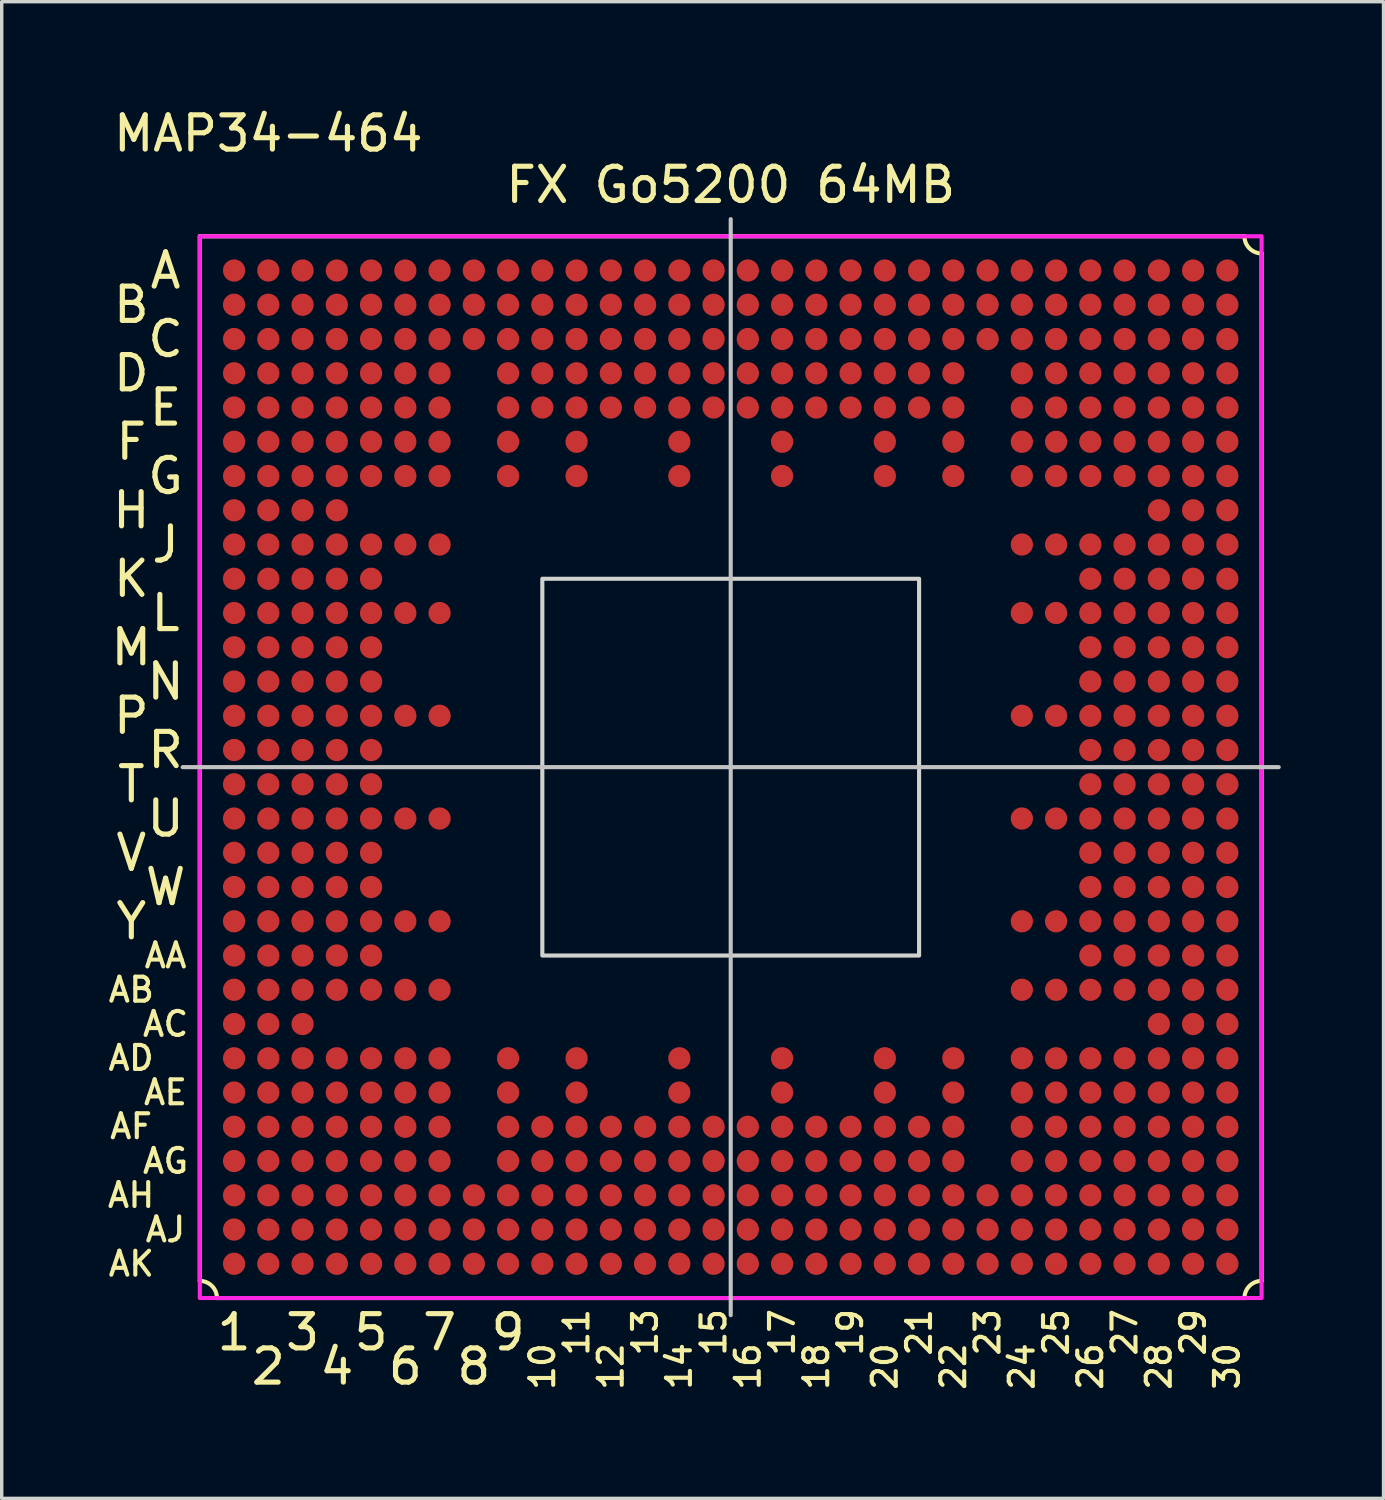
<source format=kicad_pcb>
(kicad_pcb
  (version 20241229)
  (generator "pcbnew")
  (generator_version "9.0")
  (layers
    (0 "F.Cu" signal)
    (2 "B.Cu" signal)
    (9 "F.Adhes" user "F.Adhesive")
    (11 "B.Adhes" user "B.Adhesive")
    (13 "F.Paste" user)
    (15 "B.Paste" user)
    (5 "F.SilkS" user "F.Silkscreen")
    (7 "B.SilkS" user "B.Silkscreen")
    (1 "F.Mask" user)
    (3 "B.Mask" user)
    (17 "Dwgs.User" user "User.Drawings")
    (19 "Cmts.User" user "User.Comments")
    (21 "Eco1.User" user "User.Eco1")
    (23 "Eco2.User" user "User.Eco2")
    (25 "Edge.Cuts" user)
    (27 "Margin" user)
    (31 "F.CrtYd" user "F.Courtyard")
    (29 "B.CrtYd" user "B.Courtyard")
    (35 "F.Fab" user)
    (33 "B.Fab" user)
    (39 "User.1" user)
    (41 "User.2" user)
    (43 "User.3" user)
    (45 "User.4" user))
  (footprint "MAP34-464"
    (layer "F.Cu")
    (at 2.784 3.848)
    (property "Reference" "MAP34-464" (at 2 -3 0) (unlocked yes) (layer "F.SilkS") (effects (font (size 1 1) (thickness 0.15))))
    (attr smd)
    (fp_circle (center 1 1) (end 1.27 1) (stroke (width 0) (type solid)) (fill yes) (layer "F.Mask"))
    (fp_circle (center 1 2) (end 1.27 2) (stroke (width 0) (type solid)) (fill yes) (layer "F.Mask"))
    (fp_circle (center 1 3) (end 1.27 3) (stroke (width 0) (type solid)) (fill yes) (layer "F.Mask"))
    (fp_circle (center 1 4) (end 1.27 4) (stroke (width 0) (type solid)) (fill yes) (layer "F.Mask"))
    (fp_circle (center 1 5) (end 1.27 5) (stroke (width 0) (type solid)) (fill yes) (layer "F.Mask"))
    (fp_circle (center 1 6) (end 1.27 6) (stroke (width 0) (type solid)) (fill yes) (layer "F.Mask"))
    (fp_circle (center 1 7) (end 1.27 7) (stroke (width 0) (type solid)) (fill yes) (layer "F.Mask"))
    (fp_circle (center 1 8) (end 1.27 8) (stroke (width 0) (type solid)) (fill yes) (layer "F.Mask"))
    (fp_circle (center 1 9) (end 1.27 9) (stroke (width 0) (type solid)) (fill yes) (layer "F.Mask"))
    (fp_circle (center 1 10) (end 1.27 10) (stroke (width 0) (type solid)) (fill yes) (layer "F.Mask"))
    (fp_circle (center 1 11) (end 1.27 11) (stroke (width 0) (type solid)) (fill yes) (layer "F.Mask"))
    (fp_circle (center 1 12) (end 1.27 12) (stroke (width 0) (type solid)) (fill yes) (layer "F.Mask"))
    (fp_circle (center 1 13) (end 1.27 13) (stroke (width 0) (type solid)) (fill yes) (layer "F.Mask"))
    (fp_circle (center 1 14) (end 1.27 14) (stroke (width 0) (type solid)) (fill yes) (layer "F.Mask"))
    (fp_circle (center 1 15) (end 1.27 15) (stroke (width 0) (type solid)) (fill yes) (layer "F.Mask"))
    (fp_circle (center 1 16) (end 1.27 16) (stroke (width 0) (type solid)) (fill yes) (layer "F.Mask"))
    (fp_circle (center 1 17) (end 1.27 17) (stroke (width 0) (type solid)) (fill yes) (layer "F.Mask"))
    (fp_circle (center 1 18) (end 1.27 18) (stroke (width 0) (type solid)) (fill yes) (layer "F.Mask"))
    (fp_circle (center 1 19) (end 1.27 19) (stroke (width 0) (type solid)) (fill yes) (layer "F.Mask"))
    (fp_circle (center 1 20) (end 1.27 20) (stroke (width 0) (type solid)) (fill yes) (layer "F.Mask"))
    (fp_circle (center 1 21) (end 1.27 21) (stroke (width 0) (type solid)) (fill yes) (layer "F.Mask"))
    (fp_circle (center 1 22) (end 1.27 22) (stroke (width 0) (type solid)) (fill yes) (layer "F.Mask"))
    (fp_circle (center 1 23) (end 1.27 23) (stroke (width 0) (type solid)) (fill yes) (layer "F.Mask"))
    (fp_circle (center 1 24) (end 1.27 24) (stroke (width 0) (type solid)) (fill yes) (layer "F.Mask"))
    (fp_circle (center 1 25) (end 1.27 25) (stroke (width 0) (type solid)) (fill yes) (layer "F.Mask"))
    (fp_circle (center 1 26) (end 1.27 26) (stroke (width 0) (type solid)) (fill yes) (layer "F.Mask"))
    (fp_circle (center 1 27) (end 1.27 27) (stroke (width 0) (type solid)) (fill yes) (layer "F.Mask"))
    (fp_circle (center 1 28) (end 1.27 28) (stroke (width 0) (type solid)) (fill yes) (layer "F.Mask"))
    (fp_circle (center 1 29) (end 1.27 29) (stroke (width 0) (type solid)) (fill yes) (layer "F.Mask"))
    (fp_circle (center 1 30) (end 1.27 30) (stroke (width 0) (type solid)) (fill yes) (layer "F.Mask"))
    (fp_circle (center 2 1) (end 2.27 1) (stroke (width 0) (type solid)) (fill yes) (layer "F.Mask"))
    (fp_circle (center 2 2) (end 2.27 2) (stroke (width 0) (type solid)) (fill yes) (layer "F.Mask"))
    (fp_circle (center 2 3) (end 2.27 3) (stroke (width 0) (type solid)) (fill yes) (layer "F.Mask"))
    (fp_circle (center 2 4) (end 2.27 4) (stroke (width 0) (type solid)) (fill yes) (layer "F.Mask"))
    (fp_circle (center 2 5) (end 2.27 5) (stroke (width 0) (type solid)) (fill yes) (layer "F.Mask"))
    (fp_circle (center 2 6) (end 2.27 6) (stroke (width 0) (type solid)) (fill yes) (layer "F.Mask"))
    (fp_circle (center 2 7) (end 2.27 7) (stroke (width 0) (type solid)) (fill yes) (layer "F.Mask"))
    (fp_circle (center 2 8) (end 2.27 8) (stroke (width 0) (type solid)) (fill yes) (layer "F.Mask"))
    (fp_circle (center 2 9) (end 2.27 9) (stroke (width 0) (type solid)) (fill yes) (layer "F.Mask"))
    (fp_circle (center 2 10) (end 2.27 10) (stroke (width 0) (type solid)) (fill yes) (layer "F.Mask"))
    (fp_circle (center 2 11) (end 2.27 11) (stroke (width 0) (type solid)) (fill yes) (layer "F.Mask"))
    (fp_circle (center 2 12) (end 2.27 12) (stroke (width 0) (type solid)) (fill yes) (layer "F.Mask"))
    (fp_circle (center 2 13) (end 2.27 13) (stroke (width 0) (type solid)) (fill yes) (layer "F.Mask"))
    (fp_circle (center 2 14) (end 2.27 14) (stroke (width 0) (type solid)) (fill yes) (layer "F.Mask"))
    (fp_circle (center 2 15) (end 2.27 15) (stroke (width 0) (type solid)) (fill yes) (layer "F.Mask"))
    (fp_circle (center 2 16) (end 2.27 16) (stroke (width 0) (type solid)) (fill yes) (layer "F.Mask"))
    (fp_circle (center 2 17) (end 2.27 17) (stroke (width 0) (type solid)) (fill yes) (layer "F.Mask"))
    (fp_circle (center 2 18) (end 2.27 18) (stroke (width 0) (type solid)) (fill yes) (layer "F.Mask"))
    (fp_circle (center 2 19) (end 2.27 19) (stroke (width 0) (type solid)) (fill yes) (layer "F.Mask"))
    (fp_circle (center 2 20) (end 2.27 20) (stroke (width 0) (type solid)) (fill yes) (layer "F.Mask"))
    (fp_circle (center 2 21) (end 2.27 21) (stroke (width 0) (type solid)) (fill yes) (layer "F.Mask"))
    (fp_circle (center 2 22) (end 2.27 22) (stroke (width 0) (type solid)) (fill yes) (layer "F.Mask"))
    (fp_circle (center 2 23) (end 2.27 23) (stroke (width 0) (type solid)) (fill yes) (layer "F.Mask"))
    (fp_circle (center 2 24) (end 2.27 24) (stroke (width 0) (type solid)) (fill yes) (layer "F.Mask"))
    (fp_circle (center 2 25) (end 2.27 25) (stroke (width 0) (type solid)) (fill yes) (layer "F.Mask"))
    (fp_circle (center 2 26) (end 2.27 26) (stroke (width 0) (type solid)) (fill yes) (layer "F.Mask"))
    (fp_circle (center 2 27) (end 2.27 27) (stroke (width 0) (type solid)) (fill yes) (layer "F.Mask"))
    (fp_circle (center 2 28) (end 2.27 28) (stroke (width 0) (type solid)) (fill yes) (layer "F.Mask"))
    (fp_circle (center 2 29) (end 2.27 29) (stroke (width 0) (type solid)) (fill yes) (layer "F.Mask"))
    (fp_circle (center 2 30) (end 2.27 30) (stroke (width 0) (type solid)) (fill yes) (layer "F.Mask"))
    (fp_circle (center 3 1) (end 3.27 1) (stroke (width 0) (type solid)) (fill yes) (layer "F.Mask"))
    (fp_circle (center 3 2) (end 3.27 2) (stroke (width 0) (type solid)) (fill yes) (layer "F.Mask"))
    (fp_circle (center 3 3) (end 3.27 3) (stroke (width 0) (type solid)) (fill yes) (layer "F.Mask"))
    (fp_circle (center 3 4) (end 3.27 4) (stroke (width 0) (type solid)) (fill yes) (layer "F.Mask"))
    (fp_circle (center 3 5) (end 3.27 5) (stroke (width 0) (type solid)) (fill yes) (layer "F.Mask"))
    (fp_circle (center 3 6) (end 3.27 6) (stroke (width 0) (type solid)) (fill yes) (layer "F.Mask"))
    (fp_circle (center 3 7) (end 3.27 7) (stroke (width 0) (type solid)) (fill yes) (layer "F.Mask"))
    (fp_circle (center 3 8) (end 3.27 8) (stroke (width 0) (type solid)) (fill yes) (layer "F.Mask"))
    (fp_circle (center 3 9) (end 3.27 9) (stroke (width 0) (type solid)) (fill yes) (layer "F.Mask"))
    (fp_circle (center 3 10) (end 3.27 10) (stroke (width 0) (type solid)) (fill yes) (layer "F.Mask"))
    (fp_circle (center 3 11) (end 3.27 11) (stroke (width 0) (type solid)) (fill yes) (layer "F.Mask"))
    (fp_circle (center 3 12) (end 3.27 12) (stroke (width 0) (type solid)) (fill yes) (layer "F.Mask"))
    (fp_circle (center 3 13) (end 3.27 13) (stroke (width 0) (type solid)) (fill yes) (layer "F.Mask"))
    (fp_circle (center 3 14) (end 3.27 14) (stroke (width 0) (type solid)) (fill yes) (layer "F.Mask"))
    (fp_circle (center 3 15) (end 3.27 15) (stroke (width 0) (type solid)) (fill yes) (layer "F.Mask"))
    (fp_circle (center 3 16) (end 3.27 16) (stroke (width 0) (type solid)) (fill yes) (layer "F.Mask"))
    (fp_circle (center 3 17) (end 3.27 17) (stroke (width 0) (type solid)) (fill yes) (layer "F.Mask"))
    (fp_circle (center 3 18) (end 3.27 18) (stroke (width 0) (type solid)) (fill yes) (layer "F.Mask"))
    (fp_circle (center 3 19) (end 3.27 19) (stroke (width 0) (type solid)) (fill yes) (layer "F.Mask"))
    (fp_circle (center 3 20) (end 3.27 20) (stroke (width 0) (type solid)) (fill yes) (layer "F.Mask"))
    (fp_circle (center 3 21) (end 3.27 21) (stroke (width 0) (type solid)) (fill yes) (layer "F.Mask"))
    (fp_circle (center 3 22) (end 3.27 22) (stroke (width 0) (type solid)) (fill yes) (layer "F.Mask"))
    (fp_circle (center 3 23) (end 3.27 23) (stroke (width 0) (type solid)) (fill yes) (layer "F.Mask"))
    (fp_circle (center 3 24) (end 3.27 24) (stroke (width 0) (type solid)) (fill yes) (layer "F.Mask"))
    (fp_circle (center 3 25) (end 3.27 25) (stroke (width 0) (type solid)) (fill yes) (layer "F.Mask"))
    (fp_circle (center 3 26) (end 3.27 26) (stroke (width 0) (type solid)) (fill yes) (layer "F.Mask"))
    (fp_circle (center 3 27) (end 3.27 27) (stroke (width 0) (type solid)) (fill yes) (layer "F.Mask"))
    (fp_circle (center 3 28) (end 3.27 28) (stroke (width 0) (type solid)) (fill yes) (layer "F.Mask"))
    (fp_circle (center 3 29) (end 3.27 29) (stroke (width 0) (type solid)) (fill yes) (layer "F.Mask"))
    (fp_circle (center 3 30) (end 3.27 30) (stroke (width 0) (type solid)) (fill yes) (layer "F.Mask"))
    (fp_circle (center 4 1) (end 4.27 1) (stroke (width 0) (type solid)) (fill yes) (layer "F.Mask"))
    (fp_circle (center 4 2) (end 4.27 2) (stroke (width 0) (type solid)) (fill yes) (layer "F.Mask"))
    (fp_circle (center 4 3) (end 4.27 3) (stroke (width 0) (type solid)) (fill yes) (layer "F.Mask"))
    (fp_circle (center 4 4) (end 4.27 4) (stroke (width 0) (type solid)) (fill yes) (layer "F.Mask"))
    (fp_circle (center 4 5) (end 4.27 5) (stroke (width 0) (type solid)) (fill yes) (layer "F.Mask"))
    (fp_circle (center 4 6) (end 4.27 6) (stroke (width 0) (type solid)) (fill yes) (layer "F.Mask"))
    (fp_circle (center 4 7) (end 4.27 7) (stroke (width 0) (type solid)) (fill yes) (layer "F.Mask"))
    (fp_circle (center 4 8) (end 4.27 8) (stroke (width 0) (type solid)) (fill yes) (layer "F.Mask"))
    (fp_circle (center 4 9) (end 4.27 9) (stroke (width 0) (type solid)) (fill yes) (layer "F.Mask"))
    (fp_circle (center 4 10) (end 4.27 10) (stroke (width 0) (type solid)) (fill yes) (layer "F.Mask"))
    (fp_circle (center 4 11) (end 4.27 11) (stroke (width 0) (type solid)) (fill yes) (layer "F.Mask"))
    (fp_circle (center 4 12) (end 4.27 12) (stroke (width 0) (type solid)) (fill yes) (layer "F.Mask"))
    (fp_circle (center 4 13) (end 4.27 13) (stroke (width 0) (type solid)) (fill yes) (layer "F.Mask"))
    (fp_circle (center 4 14) (end 4.27 14) (stroke (width 0) (type solid)) (fill yes) (layer "F.Mask"))
    (fp_circle (center 4 15) (end 4.27 15) (stroke (width 0) (type solid)) (fill yes) (layer "F.Mask"))
    (fp_circle (center 4 16) (end 4.27 16) (stroke (width 0) (type solid)) (fill yes) (layer "F.Mask"))
    (fp_circle (center 4 17) (end 4.27 17) (stroke (width 0) (type solid)) (fill yes) (layer "F.Mask"))
    (fp_circle (center 4 18) (end 4.27 18) (stroke (width 0) (type solid)) (fill yes) (layer "F.Mask"))
    (fp_circle (center 4 19) (end 4.27 19) (stroke (width 0) (type solid)) (fill yes) (layer "F.Mask"))
    (fp_circle (center 4 20) (end 4.27 20) (stroke (width 0) (type solid)) (fill yes) (layer "F.Mask"))
    (fp_circle (center 4 21) (end 4.27 21) (stroke (width 0) (type solid)) (fill yes) (layer "F.Mask"))
    (fp_circle (center 4 22) (end 4.27 22) (stroke (width 0) (type solid)) (fill yes) (layer "F.Mask"))
    (fp_circle (center 4 24) (end 4.27 24) (stroke (width 0) (type solid)) (fill yes) (layer "F.Mask"))
    (fp_circle (center 4 25) (end 4.27 25) (stroke (width 0) (type solid)) (fill yes) (layer "F.Mask"))
    (fp_circle (center 4 26) (end 4.27 26) (stroke (width 0) (type solid)) (fill yes) (layer "F.Mask"))
    (fp_circle (center 4 27) (end 4.27 27) (stroke (width 0) (type solid)) (fill yes) (layer "F.Mask"))
    (fp_circle (center 4 28) (end 4.27 28) (stroke (width 0) (type solid)) (fill yes) (layer "F.Mask"))
    (fp_circle (center 4 29) (end 4.27 29) (stroke (width 0) (type solid)) (fill yes) (layer "F.Mask"))
    (fp_circle (center 4 30) (end 4.27 30) (stroke (width 0) (type solid)) (fill yes) (layer "F.Mask"))
    (fp_circle (center 5 1) (end 5.27 1) (stroke (width 0) (type solid)) (fill yes) (layer "F.Mask"))
    (fp_circle (center 5 2) (end 5.27 2) (stroke (width 0) (type solid)) (fill yes) (layer "F.Mask"))
    (fp_circle (center 5 3) (end 5.27 3) (stroke (width 0) (type solid)) (fill yes) (layer "F.Mask"))
    (fp_circle (center 5 4) (end 5.27 4) (stroke (width 0) (type solid)) (fill yes) (layer "F.Mask"))
    (fp_circle (center 5 5) (end 5.27 5) (stroke (width 0) (type solid)) (fill yes) (layer "F.Mask"))
    (fp_circle (center 5 6) (end 5.27 6) (stroke (width 0) (type solid)) (fill yes) (layer "F.Mask"))
    (fp_circle (center 5 7) (end 5.27 7) (stroke (width 0) (type solid)) (fill yes) (layer "F.Mask"))
    (fp_circle (center 5 9) (end 5.27 9) (stroke (width 0) (type solid)) (fill yes) (layer "F.Mask"))
    (fp_circle (center 5 10) (end 5.27 10) (stroke (width 0) (type solid)) (fill yes) (layer "F.Mask"))
    (fp_circle (center 5 11) (end 5.27 11) (stroke (width 0) (type solid)) (fill yes) (layer "F.Mask"))
    (fp_circle (center 5 12) (end 5.27 12) (stroke (width 0) (type solid)) (fill yes) (layer "F.Mask"))
    (fp_circle (center 5 13) (end 5.27 13) (stroke (width 0) (type solid)) (fill yes) (layer "F.Mask"))
    (fp_circle (center 5 14) (end 5.27 14) (stroke (width 0) (type solid)) (fill yes) (layer "F.Mask"))
    (fp_circle (center 5 15) (end 5.27 15) (stroke (width 0) (type solid)) (fill yes) (layer "F.Mask"))
    (fp_circle (center 5 16) (end 5.27 16) (stroke (width 0) (type solid)) (fill yes) (layer "F.Mask"))
    (fp_circle (center 5 17) (end 5.27 17) (stroke (width 0) (type solid)) (fill yes) (layer "F.Mask"))
    (fp_circle (center 5 18) (end 5.27 18) (stroke (width 0) (type solid)) (fill yes) (layer "F.Mask"))
    (fp_circle (center 5 19) (end 5.27 19) (stroke (width 0) (type solid)) (fill yes) (layer "F.Mask"))
    (fp_circle (center 5 20) (end 5.27 20) (stroke (width 0) (type solid)) (fill yes) (layer "F.Mask"))
    (fp_circle (center 5 21) (end 5.27 21) (stroke (width 0) (type solid)) (fill yes) (layer "F.Mask"))
    (fp_circle (center 5 22) (end 5.27 22) (stroke (width 0) (type solid)) (fill yes) (layer "F.Mask"))
    (fp_circle (center 5 24) (end 5.27 24) (stroke (width 0) (type solid)) (fill yes) (layer "F.Mask"))
    (fp_circle (center 5 25) (end 5.27 25) (stroke (width 0) (type solid)) (fill yes) (layer "F.Mask"))
    (fp_circle (center 5 26) (end 5.27 26) (stroke (width 0) (type solid)) (fill yes) (layer "F.Mask"))
    (fp_circle (center 5 27) (end 5.27 27) (stroke (width 0) (type solid)) (fill yes) (layer "F.Mask"))
    (fp_circle (center 5 28) (end 5.27 28) (stroke (width 0) (type solid)) (fill yes) (layer "F.Mask"))
    (fp_circle (center 5 29) (end 5.27 29) (stroke (width 0) (type solid)) (fill yes) (layer "F.Mask"))
    (fp_circle (center 5 30) (end 5.27 30) (stroke (width 0) (type solid)) (fill yes) (layer "F.Mask"))
    (fp_circle (center 6 1) (end 6.27 1) (stroke (width 0) (type solid)) (fill yes) (layer "F.Mask"))
    (fp_circle (center 6 2) (end 6.27 2) (stroke (width 0) (type solid)) (fill yes) (layer "F.Mask"))
    (fp_circle (center 6 3) (end 6.27 3) (stroke (width 0) (type solid)) (fill yes) (layer "F.Mask"))
    (fp_circle (center 6 4) (end 6.27 4) (stroke (width 0) (type solid)) (fill yes) (layer "F.Mask"))
    (fp_circle (center 6 5) (end 6.27 5) (stroke (width 0) (type solid)) (fill yes) (layer "F.Mask"))
    (fp_circle (center 6 6) (end 6.27 6) (stroke (width 0) (type solid)) (fill yes) (layer "F.Mask"))
    (fp_circle (center 6 7) (end 6.27 7) (stroke (width 0) (type solid)) (fill yes) (layer "F.Mask"))
    (fp_circle (center 6 9) (end 6.27 9) (stroke (width 0) (type solid)) (fill yes) (layer "F.Mask"))
    (fp_circle (center 6 11) (end 6.27 11) (stroke (width 0) (type solid)) (fill yes) (layer "F.Mask"))
    (fp_circle (center 6 14) (end 6.27 14) (stroke (width 0) (type solid)) (fill yes) (layer "F.Mask"))
    (fp_circle (center 6 17) (end 6.27 17) (stroke (width 0) (type solid)) (fill yes) (layer "F.Mask"))
    (fp_circle (center 6 20) (end 6.27 20) (stroke (width 0) (type solid)) (fill yes) (layer "F.Mask"))
    (fp_circle (center 6 22) (end 6.27 22) (stroke (width 0) (type solid)) (fill yes) (layer "F.Mask"))
    (fp_circle (center 6 24) (end 6.27 24) (stroke (width 0) (type solid)) (fill yes) (layer "F.Mask"))
    (fp_circle (center 6 25) (end 6.27 25) (stroke (width 0) (type solid)) (fill yes) (layer "F.Mask"))
    (fp_circle (center 6 26) (end 6.27 26) (stroke (width 0) (type solid)) (fill yes) (layer "F.Mask"))
    (fp_circle (center 6 27) (end 6.27 27) (stroke (width 0) (type solid)) (fill yes) (layer "F.Mask"))
    (fp_circle (center 6 28) (end 6.27 28) (stroke (width 0) (type solid)) (fill yes) (layer "F.Mask"))
    (fp_circle (center 6 29) (end 6.27 29) (stroke (width 0) (type solid)) (fill yes) (layer "F.Mask"))
    (fp_circle (center 6 30) (end 6.27 30) (stroke (width 0) (type solid)) (fill yes) (layer "F.Mask"))
    (fp_circle (center 7 1) (end 7.27 1) (stroke (width 0) (type solid)) (fill yes) (layer "F.Mask"))
    (fp_circle (center 7 2) (end 7.27 2) (stroke (width 0) (type solid)) (fill yes) (layer "F.Mask"))
    (fp_circle (center 7 3) (end 7.27 3) (stroke (width 0) (type solid)) (fill yes) (layer "F.Mask"))
    (fp_circle (center 7 4) (end 7.27 4) (stroke (width 0) (type solid)) (fill yes) (layer "F.Mask"))
    (fp_circle (center 7 5) (end 7.27 5) (stroke (width 0) (type solid)) (fill yes) (layer "F.Mask"))
    (fp_circle (center 7 6) (end 7.27 6) (stroke (width 0) (type solid)) (fill yes) (layer "F.Mask"))
    (fp_circle (center 7 7) (end 7.27 7) (stroke (width 0) (type solid)) (fill yes) (layer "F.Mask"))
    (fp_circle (center 7 9) (end 7.27 9) (stroke (width 0) (type solid)) (fill yes) (layer "F.Mask"))
    (fp_circle (center 7 11) (end 7.27 11) (stroke (width 0) (type solid)) (fill yes) (layer "F.Mask"))
    (fp_circle (center 7 14) (end 7.27 14) (stroke (width 0) (type solid)) (fill yes) (layer "F.Mask"))
    (fp_circle (center 7 17) (end 7.27 17) (stroke (width 0) (type solid)) (fill yes) (layer "F.Mask"))
    (fp_circle (center 7 20) (end 7.27 20) (stroke (width 0) (type solid)) (fill yes) (layer "F.Mask"))
    (fp_circle (center 7 22) (end 7.27 22) (stroke (width 0) (type solid)) (fill yes) (layer "F.Mask"))
    (fp_circle (center 7 24) (end 7.27 24) (stroke (width 0) (type solid)) (fill yes) (layer "F.Mask"))
    (fp_circle (center 7 25) (end 7.27 25) (stroke (width 0) (type solid)) (fill yes) (layer "F.Mask"))
    (fp_circle (center 7 26) (end 7.27 26) (stroke (width 0) (type solid)) (fill yes) (layer "F.Mask"))
    (fp_circle (center 7 27) (end 7.27 27) (stroke (width 0) (type solid)) (fill yes) (layer "F.Mask"))
    (fp_circle (center 7 28) (end 7.27 28) (stroke (width 0) (type solid)) (fill yes) (layer "F.Mask"))
    (fp_circle (center 7 29) (end 7.27 29) (stroke (width 0) (type solid)) (fill yes) (layer "F.Mask"))
    (fp_circle (center 7 30) (end 7.27 30) (stroke (width 0) (type solid)) (fill yes) (layer "F.Mask"))
    (fp_circle (center 8 1) (end 8.27 1) (stroke (width 0) (type solid)) (fill yes) (layer "F.Mask"))
    (fp_circle (center 8 2) (end 8.27 2) (stroke (width 0) (type solid)) (fill yes) (layer "F.Mask"))
    (fp_circle (center 8 3) (end 8.27 3) (stroke (width 0) (type solid)) (fill yes) (layer "F.Mask"))
    (fp_circle (center 8 28) (end 8.27 28) (stroke (width 0) (type solid)) (fill yes) (layer "F.Mask"))
    (fp_circle (center 8 29) (end 8.27 29) (stroke (width 0) (type solid)) (fill yes) (layer "F.Mask"))
    (fp_circle (center 8 30) (end 8.27 30) (stroke (width 0) (type solid)) (fill yes) (layer "F.Mask"))
    (fp_circle (center 9 1) (end 9.27 1) (stroke (width 0) (type solid)) (fill yes) (layer "F.Mask"))
    (fp_circle (center 9 2) (end 9.27 2) (stroke (width 0) (type solid)) (fill yes) (layer "F.Mask"))
    (fp_circle (center 9 3) (end 9.27 3) (stroke (width 0) (type solid)) (fill yes) (layer "F.Mask"))
    (fp_circle (center 9 4) (end 9.27 4) (stroke (width 0) (type solid)) (fill yes) (layer "F.Mask"))
    (fp_circle (center 9 5) (end 9.27 5) (stroke (width 0) (type solid)) (fill yes) (layer "F.Mask"))
    (fp_circle (center 9 6) (end 9.27 6) (stroke (width 0) (type solid)) (fill yes) (layer "F.Mask"))
    (fp_circle (center 9 7) (end 9.27 7) (stroke (width 0) (type solid)) (fill yes) (layer "F.Mask"))
    (fp_circle (center 9 24) (end 9.27 24) (stroke (width 0) (type solid)) (fill yes) (layer "F.Mask"))
    (fp_circle (center 9 25) (end 9.27 25) (stroke (width 0) (type solid)) (fill yes) (layer "F.Mask"))
    (fp_circle (center 9 26) (end 9.27 26) (stroke (width 0) (type solid)) (fill yes) (layer "F.Mask"))
    (fp_circle (center 9 27) (end 9.27 27) (stroke (width 0) (type solid)) (fill yes) (layer "F.Mask"))
    (fp_circle (center 9 28) (end 9.27 28) (stroke (width 0) (type solid)) (fill yes) (layer "F.Mask"))
    (fp_circle (center 9 29) (end 9.27 29) (stroke (width 0) (type solid)) (fill yes) (layer "F.Mask"))
    (fp_circle (center 9 30) (end 9.27 30) (stroke (width 0) (type solid)) (fill yes) (layer "F.Mask"))
    (fp_circle (center 10 1) (end 10.27 1) (stroke (width 0) (type solid)) (fill yes) (layer "F.Mask"))
    (fp_circle (center 10 2) (end 10.27 2) (stroke (width 0) (type solid)) (fill yes) (layer "F.Mask"))
    (fp_circle (center 10 3) (end 10.27 3) (stroke (width 0) (type solid)) (fill yes) (layer "F.Mask"))
    (fp_circle (center 10 4) (end 10.27 4) (stroke (width 0) (type solid)) (fill yes) (layer "F.Mask"))
    (fp_circle (center 10 5) (end 10.27 5) (stroke (width 0) (type solid)) (fill yes) (layer "F.Mask"))
    (fp_circle (center 10 26) (end 10.27 26) (stroke (width 0) (type solid)) (fill yes) (layer "F.Mask"))
    (fp_circle (center 10 27) (end 10.27 27) (stroke (width 0) (type solid)) (fill yes) (layer "F.Mask"))
    (fp_circle (center 10 28) (end 10.27 28) (stroke (width 0) (type solid)) (fill yes) (layer "F.Mask"))
    (fp_circle (center 10 29) (end 10.27 29) (stroke (width 0) (type solid)) (fill yes) (layer "F.Mask"))
    (fp_circle (center 10 30) (end 10.27 30) (stroke (width 0) (type solid)) (fill yes) (layer "F.Mask"))
    (fp_circle (center 11 1) (end 11.27 1) (stroke (width 0) (type solid)) (fill yes) (layer "F.Mask"))
    (fp_circle (center 11 2) (end 11.27 2) (stroke (width 0) (type solid)) (fill yes) (layer "F.Mask"))
    (fp_circle (center 11 3) (end 11.27 3) (stroke (width 0) (type solid)) (fill yes) (layer "F.Mask"))
    (fp_circle (center 11 4) (end 11.27 4) (stroke (width 0) (type solid)) (fill yes) (layer "F.Mask"))
    (fp_circle (center 11 5) (end 11.27 5) (stroke (width 0) (type solid)) (fill yes) (layer "F.Mask"))
    (fp_circle (center 11 6) (end 11.27 6) (stroke (width 0) (type solid)) (fill yes) (layer "F.Mask"))
    (fp_circle (center 11 7) (end 11.27 7) (stroke (width 0) (type solid)) (fill yes) (layer "F.Mask"))
    (fp_circle (center 11 24) (end 11.27 24) (stroke (width 0) (type solid)) (fill yes) (layer "F.Mask"))
    (fp_circle (center 11 25) (end 11.27 25) (stroke (width 0) (type solid)) (fill yes) (layer "F.Mask"))
    (fp_circle (center 11 26) (end 11.27 26) (stroke (width 0) (type solid)) (fill yes) (layer "F.Mask"))
    (fp_circle (center 11 27) (end 11.27 27) (stroke (width 0) (type solid)) (fill yes) (layer "F.Mask"))
    (fp_circle (center 11 28) (end 11.27 28) (stroke (width 0) (type solid)) (fill yes) (layer "F.Mask"))
    (fp_circle (center 11 29) (end 11.27 29) (stroke (width 0) (type solid)) (fill yes) (layer "F.Mask"))
    (fp_circle (center 11 30) (end 11.27 30) (stroke (width 0) (type solid)) (fill yes) (layer "F.Mask"))
    (fp_circle (center 12 1) (end 12.27 1) (stroke (width 0) (type solid)) (fill yes) (layer "F.Mask"))
    (fp_circle (center 12 2) (end 12.27 2) (stroke (width 0) (type solid)) (fill yes) (layer "F.Mask"))
    (fp_circle (center 12 3) (end 12.27 3) (stroke (width 0) (type solid)) (fill yes) (layer "F.Mask"))
    (fp_circle (center 12 4) (end 12.27 4) (stroke (width 0) (type solid)) (fill yes) (layer "F.Mask"))
    (fp_circle (center 12 5) (end 12.27 5) (stroke (width 0) (type solid)) (fill yes) (layer "F.Mask"))
    (fp_circle (center 12 26) (end 12.27 26) (stroke (width 0) (type solid)) (fill yes) (layer "F.Mask"))
    (fp_circle (center 12 27) (end 12.27 27) (stroke (width 0) (type solid)) (fill yes) (layer "F.Mask"))
    (fp_circle (center 12 28) (end 12.27 28) (stroke (width 0) (type solid)) (fill yes) (layer "F.Mask"))
    (fp_circle (center 12 29) (end 12.27 29) (stroke (width 0) (type solid)) (fill yes) (layer "F.Mask"))
    (fp_circle (center 12 30) (end 12.27 30) (stroke (width 0) (type solid)) (fill yes) (layer "F.Mask"))
    (fp_circle (center 13 1) (end 13.27 1) (stroke (width 0) (type solid)) (fill yes) (layer "F.Mask"))
    (fp_circle (center 13 2) (end 13.27 2) (stroke (width 0) (type solid)) (fill yes) (layer "F.Mask"))
    (fp_circle (center 13 3) (end 13.27 3) (stroke (width 0) (type solid)) (fill yes) (layer "F.Mask"))
    (fp_circle (center 13 4) (end 13.27 4) (stroke (width 0) (type solid)) (fill yes) (layer "F.Mask"))
    (fp_circle (center 13 5) (end 13.27 5) (stroke (width 0) (type solid)) (fill yes) (layer "F.Mask"))
    (fp_circle (center 13 26) (end 13.27 26) (stroke (width 0) (type solid)) (fill yes) (layer "F.Mask"))
    (fp_circle (center 13 27) (end 13.27 27) (stroke (width 0) (type solid)) (fill yes) (layer "F.Mask"))
    (fp_circle (center 13 28) (end 13.27 28) (stroke (width 0) (type solid)) (fill yes) (layer "F.Mask"))
    (fp_circle (center 13 29) (end 13.27 29) (stroke (width 0) (type solid)) (fill yes) (layer "F.Mask"))
    (fp_circle (center 13 30) (end 13.27 30) (stroke (width 0) (type solid)) (fill yes) (layer "F.Mask"))
    (fp_circle (center 14 1) (end 14.27 1) (stroke (width 0) (type solid)) (fill yes) (layer "F.Mask"))
    (fp_circle (center 14 2) (end 14.27 2) (stroke (width 0) (type solid)) (fill yes) (layer "F.Mask"))
    (fp_circle (center 14 3) (end 14.27 3) (stroke (width 0) (type solid)) (fill yes) (layer "F.Mask"))
    (fp_circle (center 14 4) (end 14.27 4) (stroke (width 0) (type solid)) (fill yes) (layer "F.Mask"))
    (fp_circle (center 14 5) (end 14.27 5) (stroke (width 0) (type solid)) (fill yes) (layer "F.Mask"))
    (fp_circle (center 14 6) (end 14.27 6) (stroke (width 0) (type solid)) (fill yes) (layer "F.Mask"))
    (fp_circle (center 14 7) (end 14.27 7) (stroke (width 0) (type solid)) (fill yes) (layer "F.Mask"))
    (fp_circle (center 14 24) (end 14.27 24) (stroke (width 0) (type solid)) (fill yes) (layer "F.Mask"))
    (fp_circle (center 14 25) (end 14.27 25) (stroke (width 0) (type solid)) (fill yes) (layer "F.Mask"))
    (fp_circle (center 14 26) (end 14.27 26) (stroke (width 0) (type solid)) (fill yes) (layer "F.Mask"))
    (fp_circle (center 14 27) (end 14.27 27) (stroke (width 0) (type solid)) (fill yes) (layer "F.Mask"))
    (fp_circle (center 14 28) (end 14.27 28) (stroke (width 0) (type solid)) (fill yes) (layer "F.Mask"))
    (fp_circle (center 14 29) (end 14.27 29) (stroke (width 0) (type solid)) (fill yes) (layer "F.Mask"))
    (fp_circle (center 14 30) (end 14.27 30) (stroke (width 0) (type solid)) (fill yes) (layer "F.Mask"))
    (fp_circle (center 15 1) (end 15.27 1) (stroke (width 0) (type solid)) (fill yes) (layer "F.Mask"))
    (fp_circle (center 15 2) (end 15.27 2) (stroke (width 0) (type solid)) (fill yes) (layer "F.Mask"))
    (fp_circle (center 15 3) (end 15.27 3) (stroke (width 0) (type solid)) (fill yes) (layer "F.Mask"))
    (fp_circle (center 15 4) (end 15.27 4) (stroke (width 0) (type solid)) (fill yes) (layer "F.Mask"))
    (fp_circle (center 15 5) (end 15.27 5) (stroke (width 0) (type solid)) (fill yes) (layer "F.Mask"))
    (fp_circle (center 15 26) (end 15.27 26) (stroke (width 0) (type solid)) (fill yes) (layer "F.Mask"))
    (fp_circle (center 15 27) (end 15.27 27) (stroke (width 0) (type solid)) (fill yes) (layer "F.Mask"))
    (fp_circle (center 15 28) (end 15.27 28) (stroke (width 0) (type solid)) (fill yes) (layer "F.Mask"))
    (fp_circle (center 15 29) (end 15.27 29) (stroke (width 0) (type solid)) (fill yes) (layer "F.Mask"))
    (fp_circle (center 15 30) (end 15.27 30) (stroke (width 0) (type solid)) (fill yes) (layer "F.Mask"))
    (fp_circle (center 16 1) (end 16.27 1) (stroke (width 0) (type solid)) (fill yes) (layer "F.Mask"))
    (fp_circle (center 16 2) (end 16.27 2) (stroke (width 0) (type solid)) (fill yes) (layer "F.Mask"))
    (fp_circle (center 16 3) (end 16.27 3) (stroke (width 0) (type solid)) (fill yes) (layer "F.Mask"))
    (fp_circle (center 16 4) (end 16.27 4) (stroke (width 0) (type solid)) (fill yes) (layer "F.Mask"))
    (fp_circle (center 16 5) (end 16.27 5) (stroke (width 0) (type solid)) (fill yes) (layer "F.Mask"))
    (fp_circle (center 16 26) (end 16.27 26) (stroke (width 0) (type solid)) (fill yes) (layer "F.Mask"))
    (fp_circle (center 16 27) (end 16.27 27) (stroke (width 0) (type solid)) (fill yes) (layer "F.Mask"))
    (fp_circle (center 16 28) (end 16.27 28) (stroke (width 0) (type solid)) (fill yes) (layer "F.Mask"))
    (fp_circle (center 16 29) (end 16.27 29) (stroke (width 0) (type solid)) (fill yes) (layer "F.Mask"))
    (fp_circle (center 16 30) (end 16.27 30) (stroke (width 0) (type solid)) (fill yes) (layer "F.Mask"))
    (fp_circle (center 17 1) (end 17.27 1) (stroke (width 0) (type solid)) (fill yes) (layer "F.Mask"))
    (fp_circle (center 17 2) (end 17.27 2) (stroke (width 0) (type solid)) (fill yes) (layer "F.Mask"))
    (fp_circle (center 17 3) (end 17.27 3) (stroke (width 0) (type solid)) (fill yes) (layer "F.Mask"))
    (fp_circle (center 17 4) (end 17.27 4) (stroke (width 0) (type solid)) (fill yes) (layer "F.Mask"))
    (fp_circle (center 17 5) (end 17.27 5) (stroke (width 0) (type solid)) (fill yes) (layer "F.Mask"))
    (fp_circle (center 17 6) (end 17.27 6) (stroke (width 0) (type solid)) (fill yes) (layer "F.Mask"))
    (fp_circle (center 17 7) (end 17.27 7) (stroke (width 0) (type solid)) (fill yes) (layer "F.Mask"))
    (fp_circle (center 17 24) (end 17.27 24) (stroke (width 0) (type solid)) (fill yes) (layer "F.Mask"))
    (fp_circle (center 17 25) (end 17.27 25) (stroke (width 0) (type solid)) (fill yes) (layer "F.Mask"))
    (fp_circle (center 17 26) (end 17.27 26) (stroke (width 0) (type solid)) (fill yes) (layer "F.Mask"))
    (fp_circle (center 17 27) (end 17.27 27) (stroke (width 0) (type solid)) (fill yes) (layer "F.Mask"))
    (fp_circle (center 17 28) (end 17.27 28) (stroke (width 0) (type solid)) (fill yes) (layer "F.Mask"))
    (fp_circle (center 17 29) (end 17.27 29) (stroke (width 0) (type solid)) (fill yes) (layer "F.Mask"))
    (fp_circle (center 17 30) (end 17.27 30) (stroke (width 0) (type solid)) (fill yes) (layer "F.Mask"))
    (fp_circle (center 18 1) (end 18.27 1) (stroke (width 0) (type solid)) (fill yes) (layer "F.Mask"))
    (fp_circle (center 18 2) (end 18.27 2) (stroke (width 0) (type solid)) (fill yes) (layer "F.Mask"))
    (fp_circle (center 18 3) (end 18.27 3) (stroke (width 0) (type solid)) (fill yes) (layer "F.Mask"))
    (fp_circle (center 18 4) (end 18.27 4) (stroke (width 0) (type solid)) (fill yes) (layer "F.Mask"))
    (fp_circle (center 18 5) (end 18.27 5) (stroke (width 0) (type solid)) (fill yes) (layer "F.Mask"))
    (fp_circle (center 18 26) (end 18.27 26) (stroke (width 0) (type solid)) (fill yes) (layer "F.Mask"))
    (fp_circle (center 18 27) (end 18.27 27) (stroke (width 0) (type solid)) (fill yes) (layer "F.Mask"))
    (fp_circle (center 18 28) (end 18.27 28) (stroke (width 0) (type solid)) (fill yes) (layer "F.Mask"))
    (fp_circle (center 18 29) (end 18.27 29) (stroke (width 0) (type solid)) (fill yes) (layer "F.Mask"))
    (fp_circle (center 18 30) (end 18.27 30) (stroke (width 0) (type solid)) (fill yes) (layer "F.Mask"))
    (fp_circle (center 19 1) (end 19.27 1) (stroke (width 0) (type solid)) (fill yes) (layer "F.Mask"))
    (fp_circle (center 19 2) (end 19.27 2) (stroke (width 0) (type solid)) (fill yes) (layer "F.Mask"))
    (fp_circle (center 19 3) (end 19.27 3) (stroke (width 0) (type solid)) (fill yes) (layer "F.Mask"))
    (fp_circle (center 19 4) (end 19.27 4) (stroke (width 0) (type solid)) (fill yes) (layer "F.Mask"))
    (fp_circle (center 19 5) (end 19.27 5) (stroke (width 0) (type solid)) (fill yes) (layer "F.Mask"))
    (fp_circle (center 19 26) (end 19.27 26) (stroke (width 0) (type solid)) (fill yes) (layer "F.Mask"))
    (fp_circle (center 19 27) (end 19.27 27) (stroke (width 0) (type solid)) (fill yes) (layer "F.Mask"))
    (fp_circle (center 19 28) (end 19.27 28) (stroke (width 0) (type solid)) (fill yes) (layer "F.Mask"))
    (fp_circle (center 19 29) (end 19.27 29) (stroke (width 0) (type solid)) (fill yes) (layer "F.Mask"))
    (fp_circle (center 19 30) (end 19.27 30) (stroke (width 0) (type solid)) (fill yes) (layer "F.Mask"))
    (fp_circle (center 20 1) (end 20.27 1) (stroke (width 0) (type solid)) (fill yes) (layer "F.Mask"))
    (fp_circle (center 20 2) (end 20.27 2) (stroke (width 0) (type solid)) (fill yes) (layer "F.Mask"))
    (fp_circle (center 20 3) (end 20.27 3) (stroke (width 0) (type solid)) (fill yes) (layer "F.Mask"))
    (fp_circle (center 20 4) (end 20.27 4) (stroke (width 0) (type solid)) (fill yes) (layer "F.Mask"))
    (fp_circle (center 20 5) (end 20.27 5) (stroke (width 0) (type solid)) (fill yes) (layer "F.Mask"))
    (fp_circle (center 20 6) (end 20.27 6) (stroke (width 0) (type solid)) (fill yes) (layer "F.Mask"))
    (fp_circle (center 20 7) (end 20.27 7) (stroke (width 0) (type solid)) (fill yes) (layer "F.Mask"))
    (fp_circle (center 20 24) (end 20.27 24) (stroke (width 0) (type solid)) (fill yes) (layer "F.Mask"))
    (fp_circle (center 20 25) (end 20.27 25) (stroke (width 0) (type solid)) (fill yes) (layer "F.Mask"))
    (fp_circle (center 20 26) (end 20.27 26) (stroke (width 0) (type solid)) (fill yes) (layer "F.Mask"))
    (fp_circle (center 20 27) (end 20.27 27) (stroke (width 0) (type solid)) (fill yes) (layer "F.Mask"))
    (fp_circle (center 20 28) (end 20.27 28) (stroke (width 0) (type solid)) (fill yes) (layer "F.Mask"))
    (fp_circle (center 20 29) (end 20.27 29) (stroke (width 0) (type solid)) (fill yes) (layer "F.Mask"))
    (fp_circle (center 20 30) (end 20.27 30) (stroke (width 0) (type solid)) (fill yes) (layer "F.Mask"))
    (fp_circle (center 21 1) (end 21.27 1) (stroke (width 0) (type solid)) (fill yes) (layer "F.Mask"))
    (fp_circle (center 21 2) (end 21.27 2) (stroke (width 0) (type solid)) (fill yes) (layer "F.Mask"))
    (fp_circle (center 21 3) (end 21.27 3) (stroke (width 0) (type solid)) (fill yes) (layer "F.Mask"))
    (fp_circle (center 21 4) (end 21.27 4) (stroke (width 0) (type solid)) (fill yes) (layer "F.Mask"))
    (fp_circle (center 21 5) (end 21.27 5) (stroke (width 0) (type solid)) (fill yes) (layer "F.Mask"))
    (fp_circle (center 21 26) (end 21.27 26) (stroke (width 0) (type solid)) (fill yes) (layer "F.Mask"))
    (fp_circle (center 21 27) (end 21.27 27) (stroke (width 0) (type solid)) (fill yes) (layer "F.Mask"))
    (fp_circle (center 21 28) (end 21.27 28) (stroke (width 0) (type solid)) (fill yes) (layer "F.Mask"))
    (fp_circle (center 21 29) (end 21.27 29) (stroke (width 0) (type solid)) (fill yes) (layer "F.Mask"))
    (fp_circle (center 21 30) (end 21.27 30) (stroke (width 0) (type solid)) (fill yes) (layer "F.Mask"))
    (fp_circle (center 22 1) (end 22.27 1) (stroke (width 0) (type solid)) (fill yes) (layer "F.Mask"))
    (fp_circle (center 22 2) (end 22.27 2) (stroke (width 0) (type solid)) (fill yes) (layer "F.Mask"))
    (fp_circle (center 22 3) (end 22.27 3) (stroke (width 0) (type solid)) (fill yes) (layer "F.Mask"))
    (fp_circle (center 22 4) (end 22.27 4) (stroke (width 0) (type solid)) (fill yes) (layer "F.Mask"))
    (fp_circle (center 22 5) (end 22.27 5) (stroke (width 0) (type solid)) (fill yes) (layer "F.Mask"))
    (fp_circle (center 22 6) (end 22.27 6) (stroke (width 0) (type solid)) (fill yes) (layer "F.Mask"))
    (fp_circle (center 22 7) (end 22.27 7) (stroke (width 0) (type solid)) (fill yes) (layer "F.Mask"))
    (fp_circle (center 22 24) (end 22.27 24) (stroke (width 0) (type solid)) (fill yes) (layer "F.Mask"))
    (fp_circle (center 22 25) (end 22.27 25) (stroke (width 0) (type solid)) (fill yes) (layer "F.Mask"))
    (fp_circle (center 22 26) (end 22.27 26) (stroke (width 0) (type solid)) (fill yes) (layer "F.Mask"))
    (fp_circle (center 22 27) (end 22.27 27) (stroke (width 0) (type solid)) (fill yes) (layer "F.Mask"))
    (fp_circle (center 22 28) (end 22.27 28) (stroke (width 0) (type solid)) (fill yes) (layer "F.Mask"))
    (fp_circle (center 22 29) (end 22.27 29) (stroke (width 0) (type solid)) (fill yes) (layer "F.Mask"))
    (fp_circle (center 22 30) (end 22.27 30) (stroke (width 0) (type solid)) (fill yes) (layer "F.Mask"))
    (fp_circle (center 23 1) (end 23.27 1) (stroke (width 0) (type solid)) (fill yes) (layer "F.Mask"))
    (fp_circle (center 23 2) (end 23.27 2) (stroke (width 0) (type solid)) (fill yes) (layer "F.Mask"))
    (fp_circle (center 23 3) (end 23.27 3) (stroke (width 0) (type solid)) (fill yes) (layer "F.Mask"))
    (fp_circle (center 23 28) (end 23.27 28) (stroke (width 0) (type solid)) (fill yes) (layer "F.Mask"))
    (fp_circle (center 23 29) (end 23.27 29) (stroke (width 0) (type solid)) (fill yes) (layer "F.Mask"))
    (fp_circle (center 23 30) (end 23.27 30) (stroke (width 0) (type solid)) (fill yes) (layer "F.Mask"))
    (fp_circle (center 24 1) (end 24.27 1) (stroke (width 0) (type solid)) (fill yes) (layer "F.Mask"))
    (fp_circle (center 24 2) (end 24.27 2) (stroke (width 0) (type solid)) (fill yes) (layer "F.Mask"))
    (fp_circle (center 24 3) (end 24.27 3) (stroke (width 0) (type solid)) (fill yes) (layer "F.Mask"))
    (fp_circle (center 24 4) (end 24.27 4) (stroke (width 0) (type solid)) (fill yes) (layer "F.Mask"))
    (fp_circle (center 24 5) (end 24.27 5) (stroke (width 0) (type solid)) (fill yes) (layer "F.Mask"))
    (fp_circle (center 24 6) (end 24.27 6) (stroke (width 0) (type solid)) (fill yes) (layer "F.Mask"))
    (fp_circle (center 24 7) (end 24.27 7) (stroke (width 0) (type solid)) (fill yes) (layer "F.Mask"))
    (fp_circle (center 24 9) (end 24.27 9) (stroke (width 0) (type solid)) (fill yes) (layer "F.Mask"))
    (fp_circle (center 24 11) (end 24.27 11) (stroke (width 0) (type solid)) (fill yes) (layer "F.Mask"))
    (fp_circle (center 24 14) (end 24.27 14) (stroke (width 0) (type solid)) (fill yes) (layer "F.Mask"))
    (fp_circle (center 24 17) (end 24.27 17) (stroke (width 0) (type solid)) (fill yes) (layer "F.Mask"))
    (fp_circle (center 24 20) (end 24.27 20) (stroke (width 0) (type solid)) (fill yes) (layer "F.Mask"))
    (fp_circle (center 24 22) (end 24.27 22) (stroke (width 0) (type solid)) (fill yes) (layer "F.Mask"))
    (fp_circle (center 24 24) (end 24.27 24) (stroke (width 0) (type solid)) (fill yes) (layer "F.Mask"))
    (fp_circle (center 24 25) (end 24.27 25) (stroke (width 0) (type solid)) (fill yes) (layer "F.Mask"))
    (fp_circle (center 24 26) (end 24.27 26) (stroke (width 0) (type solid)) (fill yes) (layer "F.Mask"))
    (fp_circle (center 24 27) (end 24.27 27) (stroke (width 0) (type solid)) (fill yes) (layer "F.Mask"))
    (fp_circle (center 24 28) (end 24.27 28) (stroke (width 0) (type solid)) (fill yes) (layer "F.Mask"))
    (fp_circle (center 24 29) (end 24.27 29) (stroke (width 0) (type solid)) (fill yes) (layer "F.Mask"))
    (fp_circle (center 24 30) (end 24.27 30) (stroke (width 0) (type solid)) (fill yes) (layer "F.Mask"))
    (fp_circle (center 25 1) (end 25.27 1) (stroke (width 0) (type solid)) (fill yes) (layer "F.Mask"))
    (fp_circle (center 25 2) (end 25.27 2) (stroke (width 0) (type solid)) (fill yes) (layer "F.Mask"))
    (fp_circle (center 25 3) (end 25.27 3) (stroke (width 0) (type solid)) (fill yes) (layer "F.Mask"))
    (fp_circle (center 25 4) (end 25.27 4) (stroke (width 0) (type solid)) (fill yes) (layer "F.Mask"))
    (fp_circle (center 25 5) (end 25.27 5) (stroke (width 0) (type solid)) (fill yes) (layer "F.Mask"))
    (fp_circle (center 25 6) (end 25.27 6) (stroke (width 0) (type solid)) (fill yes) (layer "F.Mask"))
    (fp_circle (center 25 7) (end 25.27 7) (stroke (width 0) (type solid)) (fill yes) (layer "F.Mask"))
    (fp_circle (center 25 9) (end 25.27 9) (stroke (width 0) (type solid)) (fill yes) (layer "F.Mask"))
    (fp_circle (center 25 11) (end 25.27 11) (stroke (width 0) (type solid)) (fill yes) (layer "F.Mask"))
    (fp_circle (center 25 14) (end 25.27 14) (stroke (width 0) (type solid)) (fill yes) (layer "F.Mask"))
    (fp_circle (center 25 17) (end 25.27 17) (stroke (width 0) (type solid)) (fill yes) (layer "F.Mask"))
    (fp_circle (center 25 20) (end 25.27 20) (stroke (width 0) (type solid)) (fill yes) (layer "F.Mask"))
    (fp_circle (center 25 22) (end 25.27 22) (stroke (width 0) (type solid)) (fill yes) (layer "F.Mask"))
    (fp_circle (center 25 24) (end 25.27 24) (stroke (width 0) (type solid)) (fill yes) (layer "F.Mask"))
    (fp_circle (center 25 25) (end 25.27 25) (stroke (width 0) (type solid)) (fill yes) (layer "F.Mask"))
    (fp_circle (center 25 26) (end 25.27 26) (stroke (width 0) (type solid)) (fill yes) (layer "F.Mask"))
    (fp_circle (center 25 27) (end 25.27 27) (stroke (width 0) (type solid)) (fill yes) (layer "F.Mask"))
    (fp_circle (center 25 28) (end 25.27 28) (stroke (width 0) (type solid)) (fill yes) (layer "F.Mask"))
    (fp_circle (center 25 29) (end 25.27 29) (stroke (width 0) (type solid)) (fill yes) (layer "F.Mask"))
    (fp_circle (center 25 30) (end 25.27 30) (stroke (width 0) (type solid)) (fill yes) (layer "F.Mask"))
    (fp_circle (center 26 1) (end 26.27 1) (stroke (width 0) (type solid)) (fill yes) (layer "F.Mask"))
    (fp_circle (center 26 2) (end 26.27 2) (stroke (width 0) (type solid)) (fill yes) (layer "F.Mask"))
    (fp_circle (center 26 3) (end 26.27 3) (stroke (width 0) (type solid)) (fill yes) (layer "F.Mask"))
    (fp_circle (center 26 4) (end 26.27 4) (stroke (width 0) (type solid)) (fill yes) (layer "F.Mask"))
    (fp_circle (center 26 5) (end 26.27 5) (stroke (width 0) (type solid)) (fill yes) (layer "F.Mask"))
    (fp_circle (center 26 6) (end 26.27 6) (stroke (width 0) (type solid)) (fill yes) (layer "F.Mask"))
    (fp_circle (center 26 7) (end 26.27 7) (stroke (width 0) (type solid)) (fill yes) (layer "F.Mask"))
    (fp_circle (center 26 9) (end 26.27 9) (stroke (width 0) (type solid)) (fill yes) (layer "F.Mask"))
    (fp_circle (center 26 10) (end 26.27 10) (stroke (width 0) (type solid)) (fill yes) (layer "F.Mask"))
    (fp_circle (center 26 11) (end 26.27 11) (stroke (width 0) (type solid)) (fill yes) (layer "F.Mask"))
    (fp_circle (center 26 12) (end 26.27 12) (stroke (width 0) (type solid)) (fill yes) (layer "F.Mask"))
    (fp_circle (center 26 13) (end 26.27 13) (stroke (width 0) (type solid)) (fill yes) (layer "F.Mask"))
    (fp_circle (center 26 14) (end 26.27 14) (stroke (width 0) (type solid)) (fill yes) (layer "F.Mask"))
    (fp_circle (center 26 15) (end 26.27 15) (stroke (width 0) (type solid)) (fill yes) (layer "F.Mask"))
    (fp_circle (center 26 16) (end 26.27 16) (stroke (width 0) (type solid)) (fill yes) (layer "F.Mask"))
    (fp_circle (center 26 17) (end 26.27 17) (stroke (width 0) (type solid)) (fill yes) (layer "F.Mask"))
    (fp_circle (center 26 18) (end 26.27 18) (stroke (width 0) (type solid)) (fill yes) (layer "F.Mask"))
    (fp_circle (center 26 19) (end 26.27 19) (stroke (width 0) (type solid)) (fill yes) (layer "F.Mask"))
    (fp_circle (center 26 20) (end 26.27 20) (stroke (width 0) (type solid)) (fill yes) (layer "F.Mask"))
    (fp_circle (center 26 21) (end 26.27 21) (stroke (width 0) (type solid)) (fill yes) (layer "F.Mask"))
    (fp_circle (center 26 22) (end 26.27 22) (stroke (width 0) (type solid)) (fill yes) (layer "F.Mask"))
    (fp_circle (center 26 24) (end 26.27 24) (stroke (width 0) (type solid)) (fill yes) (layer "F.Mask"))
    (fp_circle (center 26 25) (end 26.27 25) (stroke (width 0) (type solid)) (fill yes) (layer "F.Mask"))
    (fp_circle (center 26 26) (end 26.27 26) (stroke (width 0) (type solid)) (fill yes) (layer "F.Mask"))
    (fp_circle (center 26 27) (end 26.27 27) (stroke (width 0) (type solid)) (fill yes) (layer "F.Mask"))
    (fp_circle (center 26 28) (end 26.27 28) (stroke (width 0) (type solid)) (fill yes) (layer "F.Mask"))
    (fp_circle (center 26 29) (end 26.27 29) (stroke (width 0) (type solid)) (fill yes) (layer "F.Mask"))
    (fp_circle (center 26 30) (end 26.27 30) (stroke (width 0) (type solid)) (fill yes) (layer "F.Mask"))
    (fp_circle (center 27 1) (end 27.27 1) (stroke (width 0) (type solid)) (fill yes) (layer "F.Mask"))
    (fp_circle (center 27 2) (end 27.27 2) (stroke (width 0) (type solid)) (fill yes) (layer "F.Mask"))
    (fp_circle (center 27 3) (end 27.27 3) (stroke (width 0) (type solid)) (fill yes) (layer "F.Mask"))
    (fp_circle (center 27 4) (end 27.27 4) (stroke (width 0) (type solid)) (fill yes) (layer "F.Mask"))
    (fp_circle (center 27 5) (end 27.27 5) (stroke (width 0) (type solid)) (fill yes) (layer "F.Mask"))
    (fp_circle (center 27 6) (end 27.27 6) (stroke (width 0) (type solid)) (fill yes) (layer "F.Mask"))
    (fp_circle (center 27 7) (end 27.27 7) (stroke (width 0) (type solid)) (fill yes) (layer "F.Mask"))
    (fp_circle (center 27 9) (end 27.27 9) (stroke (width 0) (type solid)) (fill yes) (layer "F.Mask"))
    (fp_circle (center 27 10) (end 27.27 10) (stroke (width 0) (type solid)) (fill yes) (layer "F.Mask"))
    (fp_circle (center 27 11) (end 27.27 11) (stroke (width 0) (type solid)) (fill yes) (layer "F.Mask"))
    (fp_circle (center 27 12) (end 27.27 12) (stroke (width 0) (type solid)) (fill yes) (layer "F.Mask"))
    (fp_circle (center 27 13) (end 27.27 13) (stroke (width 0) (type solid)) (fill yes) (layer "F.Mask"))
    (fp_circle (center 27 14) (end 27.27 14) (stroke (width 0) (type solid)) (fill yes) (layer "F.Mask"))
    (fp_circle (center 27 15) (end 27.27 15) (stroke (width 0) (type solid)) (fill yes) (layer "F.Mask"))
    (fp_circle (center 27 16) (end 27.27 16) (stroke (width 0) (type solid)) (fill yes) (layer "F.Mask"))
    (fp_circle (center 27 17) (end 27.27 17) (stroke (width 0) (type solid)) (fill yes) (layer "F.Mask"))
    (fp_circle (center 27 18) (end 27.27 18) (stroke (width 0) (type solid)) (fill yes) (layer "F.Mask"))
    (fp_circle (center 27 19) (end 27.27 19) (stroke (width 0) (type solid)) (fill yes) (layer "F.Mask"))
    (fp_circle (center 27 20) (end 27.27 20) (stroke (width 0) (type solid)) (fill yes) (layer "F.Mask"))
    (fp_circle (center 27 21) (end 27.27 21) (stroke (width 0) (type solid)) (fill yes) (layer "F.Mask"))
    (fp_circle (center 27 22) (end 27.27 22) (stroke (width 0) (type solid)) (fill yes) (layer "F.Mask"))
    (fp_circle (center 27 24) (end 27.27 24) (stroke (width 0) (type solid)) (fill yes) (layer "F.Mask"))
    (fp_circle (center 27 25) (end 27.27 25) (stroke (width 0) (type solid)) (fill yes) (layer "F.Mask"))
    (fp_circle (center 27 26) (end 27.27 26) (stroke (width 0) (type solid)) (fill yes) (layer "F.Mask"))
    (fp_circle (center 27 27) (end 27.27 27) (stroke (width 0) (type solid)) (fill yes) (layer "F.Mask"))
    (fp_circle (center 27 28) (end 27.27 28) (stroke (width 0) (type solid)) (fill yes) (layer "F.Mask"))
    (fp_circle (center 27 29) (end 27.27 29) (stroke (width 0) (type solid)) (fill yes) (layer "F.Mask"))
    (fp_circle (center 27 30) (end 27.27 30) (stroke (width 0) (type solid)) (fill yes) (layer "F.Mask"))
    (fp_circle (center 28 1) (end 28.27 1) (stroke (width 0) (type solid)) (fill yes) (layer "F.Mask"))
    (fp_circle (center 28 2) (end 28.27 2) (stroke (width 0) (type solid)) (fill yes) (layer "F.Mask"))
    (fp_circle (center 28 3) (end 28.27 3) (stroke (width 0) (type solid)) (fill yes) (layer "F.Mask"))
    (fp_circle (center 28 4) (end 28.27 4) (stroke (width 0) (type solid)) (fill yes) (layer "F.Mask"))
    (fp_circle (center 28 5) (end 28.27 5) (stroke (width 0) (type solid)) (fill yes) (layer "F.Mask"))
    (fp_circle (center 28 6) (end 28.27 6) (stroke (width 0) (type solid)) (fill yes) (layer "F.Mask"))
    (fp_circle (center 28 7) (end 28.27 7) (stroke (width 0) (type solid)) (fill yes) (layer "F.Mask"))
    (fp_circle (center 28 8) (end 28.27 8) (stroke (width 0) (type solid)) (fill yes) (layer "F.Mask"))
    (fp_circle (center 28 9) (end 28.27 9) (stroke (width 0) (type solid)) (fill yes) (layer "F.Mask"))
    (fp_circle (center 28 10) (end 28.27 10) (stroke (width 0) (type solid)) (fill yes) (layer "F.Mask"))
    (fp_circle (center 28 11) (end 28.27 11) (stroke (width 0) (type solid)) (fill yes) (layer "F.Mask"))
    (fp_circle (center 28 12) (end 28.27 12) (stroke (width 0) (type solid)) (fill yes) (layer "F.Mask"))
    (fp_circle (center 28 13) (end 28.27 13) (stroke (width 0) (type solid)) (fill yes) (layer "F.Mask"))
    (fp_circle (center 28 14) (end 28.27 14) (stroke (width 0) (type solid)) (fill yes) (layer "F.Mask"))
    (fp_circle (center 28 15) (end 28.27 15) (stroke (width 0) (type solid)) (fill yes) (layer "F.Mask"))
    (fp_circle (center 28 16) (end 28.27 16) (stroke (width 0) (type solid)) (fill yes) (layer "F.Mask"))
    (fp_circle (center 28 17) (end 28.27 17) (stroke (width 0) (type solid)) (fill yes) (layer "F.Mask"))
    (fp_circle (center 28 18) (end 28.27 18) (stroke (width 0) (type solid)) (fill yes) (layer "F.Mask"))
    (fp_circle (center 28 19) (end 28.27 19) (stroke (width 0) (type solid)) (fill yes) (layer "F.Mask"))
    (fp_circle (center 28 20) (end 28.27 20) (stroke (width 0) (type solid)) (fill yes) (layer "F.Mask"))
    (fp_circle (center 28 21) (end 28.27 21) (stroke (width 0) (type solid)) (fill yes) (layer "F.Mask"))
    (fp_circle (center 28 22) (end 28.27 22) (stroke (width 0) (type solid)) (fill yes) (layer "F.Mask"))
    (fp_circle (center 28 23) (end 28.27 23) (stroke (width 0) (type solid)) (fill yes) (layer "F.Mask"))
    (fp_circle (center 28 24) (end 28.27 24) (stroke (width 0) (type solid)) (fill yes) (layer "F.Mask"))
    (fp_circle (center 28 25) (end 28.27 25) (stroke (width 0) (type solid)) (fill yes) (layer "F.Mask"))
    (fp_circle (center 28 26) (end 28.27 26) (stroke (width 0) (type solid)) (fill yes) (layer "F.Mask"))
    (fp_circle (center 28 27) (end 28.27 27) (stroke (width 0) (type solid)) (fill yes) (layer "F.Mask"))
    (fp_circle (center 28 28) (end 28.27 28) (stroke (width 0) (type solid)) (fill yes) (layer "F.Mask"))
    (fp_circle (center 28 29) (end 28.27 29) (stroke (width 0) (type solid)) (fill yes) (layer "F.Mask"))
    (fp_circle (center 28 30) (end 28.27 30) (stroke (width 0) (type solid)) (fill yes) (layer "F.Mask"))
    (fp_circle (center 29 1) (end 29.27 1) (stroke (width 0) (type solid)) (fill yes) (layer "F.Mask"))
    (fp_circle (center 29 2) (end 29.27 2) (stroke (width 0) (type solid)) (fill yes) (layer "F.Mask"))
    (fp_circle (center 29 3) (end 29.27 3) (stroke (width 0) (type solid)) (fill yes) (layer "F.Mask"))
    (fp_circle (center 29 4) (end 29.27 4) (stroke (width 0) (type solid)) (fill yes) (layer "F.Mask"))
    (fp_circle (center 29 5) (end 29.27 5) (stroke (width 0) (type solid)) (fill yes) (layer "F.Mask"))
    (fp_circle (center 29 6) (end 29.27 6) (stroke (width 0) (type solid)) (fill yes) (layer "F.Mask"))
    (fp_circle (center 29 7) (end 29.27 7) (stroke (width 0) (type solid)) (fill yes) (layer "F.Mask"))
    (fp_circle (center 29 8) (end 29.27 8) (stroke (width 0) (type solid)) (fill yes) (layer "F.Mask"))
    (fp_circle (center 29 9) (end 29.27 9) (stroke (width 0) (type solid)) (fill yes) (layer "F.Mask"))
    (fp_circle (center 29 10) (end 29.27 10) (stroke (width 0) (type solid)) (fill yes) (layer "F.Mask"))
    (fp_circle (center 29 11) (end 29.27 11) (stroke (width 0) (type solid)) (fill yes) (layer "F.Mask"))
    (fp_circle (center 29 12) (end 29.27 12) (stroke (width 0) (type solid)) (fill yes) (layer "F.Mask"))
    (fp_circle (center 29 13) (end 29.27 13) (stroke (width 0) (type solid)) (fill yes) (layer "F.Mask"))
    (fp_circle (center 29 14) (end 29.27 14) (stroke (width 0) (type solid)) (fill yes) (layer "F.Mask"))
    (fp_circle (center 29 15) (end 29.27 15) (stroke (width 0) (type solid)) (fill yes) (layer "F.Mask"))
    (fp_circle (center 29 16) (end 29.27 16) (stroke (width 0) (type solid)) (fill yes) (layer "F.Mask"))
    (fp_circle (center 29 17) (end 29.27 17) (stroke (width 0) (type solid)) (fill yes) (layer "F.Mask"))
    (fp_circle (center 29 18) (end 29.27 18) (stroke (width 0) (type solid)) (fill yes) (layer "F.Mask"))
    (fp_circle (center 29 19) (end 29.27 19) (stroke (width 0) (type solid)) (fill yes) (layer "F.Mask"))
    (fp_circle (center 29 20) (end 29.27 20) (stroke (width 0) (type solid)) (fill yes) (layer "F.Mask"))
    (fp_circle (center 29 21) (end 29.27 21) (stroke (width 0) (type solid)) (fill yes) (layer "F.Mask"))
    (fp_circle (center 29 22) (end 29.27 22) (stroke (width 0) (type solid)) (fill yes) (layer "F.Mask"))
    (fp_circle (center 29 23) (end 29.27 23) (stroke (width 0) (type solid)) (fill yes) (layer "F.Mask"))
    (fp_circle (center 29 24) (end 29.27 24) (stroke (width 0) (type solid)) (fill yes) (layer "F.Mask"))
    (fp_circle (center 29 25) (end 29.27 25) (stroke (width 0) (type solid)) (fill yes) (layer "F.Mask"))
    (fp_circle (center 29 26) (end 29.27 26) (stroke (width 0) (type solid)) (fill yes) (layer "F.Mask"))
    (fp_circle (center 29 27) (end 29.27 27) (stroke (width 0) (type solid)) (fill yes) (layer "F.Mask"))
    (fp_circle (center 29 28) (end 29.27 28) (stroke (width 0) (type solid)) (fill yes) (layer "F.Mask"))
    (fp_circle (center 29 29) (end 29.27 29) (stroke (width 0) (type solid)) (fill yes) (layer "F.Mask"))
    (fp_circle (center 29 30) (end 29.27 30) (stroke (width 0) (type solid)) (fill yes) (layer "F.Mask"))
    (fp_circle (center 30 1) (end 30.27 1) (stroke (width 0) (type solid)) (fill yes) (layer "F.Mask"))
    (fp_circle (center 30 2) (end 30.27 2) (stroke (width 0) (type solid)) (fill yes) (layer "F.Mask"))
    (fp_circle (center 30 3) (end 30.27 3) (stroke (width 0) (type solid)) (fill yes) (layer "F.Mask"))
    (fp_circle (center 30 4) (end 30.27 4) (stroke (width 0) (type solid)) (fill yes) (layer "F.Mask"))
    (fp_circle (center 30 5) (end 30.27 5) (stroke (width 0) (type solid)) (fill yes) (layer "F.Mask"))
    (fp_circle (center 30 6) (end 30.27 6) (stroke (width 0) (type solid)) (fill yes) (layer "F.Mask"))
    (fp_circle (center 30 7) (end 30.27 7) (stroke (width 0) (type solid)) (fill yes) (layer "F.Mask"))
    (fp_circle (center 30 8) (end 30.27 8) (stroke (width 0) (type solid)) (fill yes) (layer "F.Mask"))
    (fp_circle (center 30 9) (end 30.27 9) (stroke (width 0) (type solid)) (fill yes) (layer "F.Mask"))
    (fp_circle (center 30 10) (end 30.27 10) (stroke (width 0) (type solid)) (fill yes) (layer "F.Mask"))
    (fp_circle (center 30 11) (end 30.27 11) (stroke (width 0) (type solid)) (fill yes) (layer "F.Mask"))
    (fp_circle (center 30 12) (end 30.27 12) (stroke (width 0) (type solid)) (fill yes) (layer "F.Mask"))
    (fp_circle (center 30 13) (end 30.27 13) (stroke (width 0) (type solid)) (fill yes) (layer "F.Mask"))
    (fp_circle (center 30 14) (end 30.27 14) (stroke (width 0) (type solid)) (fill yes) (layer "F.Mask"))
    (fp_circle (center 30 15) (end 30.27 15) (stroke (width 0) (type solid)) (fill yes) (layer "F.Mask"))
    (fp_circle (center 30 16) (end 30.27 16) (stroke (width 0) (type solid)) (fill yes) (layer "F.Mask"))
    (fp_circle (center 30 17) (end 30.27 17) (stroke (width 0) (type solid)) (fill yes) (layer "F.Mask"))
    (fp_circle (center 30 18) (end 30.27 18) (stroke (width 0) (type solid)) (fill yes) (layer "F.Mask"))
    (fp_circle (center 30 19) (end 30.27 19) (stroke (width 0) (type solid)) (fill yes) (layer "F.Mask"))
    (fp_circle (center 30 20) (end 30.27 20) (stroke (width 0) (type solid)) (fill yes) (layer "F.Mask"))
    (fp_circle (center 30 21) (end 30.27 21) (stroke (width 0) (type solid)) (fill yes) (layer "F.Mask"))
    (fp_circle (center 30 22) (end 30.27 22) (stroke (width 0) (type solid)) (fill yes) (layer "F.Mask"))
    (fp_circle (center 30 23) (end 30.27 23) (stroke (width 0) (type solid)) (fill yes) (layer "F.Mask"))
    (fp_circle (center 30 24) (end 30.27 24) (stroke (width 0) (type solid)) (fill yes) (layer "F.Mask"))
    (fp_circle (center 30 25) (end 30.27 25) (stroke (width 0) (type solid)) (fill yes) (layer "F.Mask"))
    (fp_circle (center 30 26) (end 30.27 26) (stroke (width 0) (type solid)) (fill yes) (layer "F.Mask"))
    (fp_circle (center 30 27) (end 30.27 27) (stroke (width 0) (type solid)) (fill yes) (layer "F.Mask"))
    (fp_circle (center 30 28) (end 30.27 28) (stroke (width 0) (type solid)) (fill yes) (layer "F.Mask"))
    (fp_circle (center 30 29) (end 30.27 29) (stroke (width 0) (type solid)) (fill yes) (layer "F.Mask"))
    (fp_circle (center 30 30) (end 30.27 30) (stroke (width 0) (type solid)) (fill yes) (layer "F.Mask"))
    (fp_line (start 0 0) (end 0 30.5) (stroke (width 0.12) (type solid)) (layer "F.SilkS"))
    (fp_line (start 0.5 31) (end 30.5 31) (stroke (width 0.12) (type solid)) (layer "F.SilkS"))
    (fp_line (start 30.5 0) (end 0 0) (stroke (width 0.12) (type solid)) (layer "F.SilkS"))
    (fp_line (start 31 30.5) (end 31 0.5) (stroke (width 0.12) (type solid)) (layer "F.SilkS"))
    (fp_arc (start 0 30.5) (mid 0.353553 30.646447) (end 0.5 31) (stroke (width 0.12) (type solid)) (layer "F.SilkS"))
    (fp_arc (start 30.5 31) (mid 30.646447 30.646447) (end 31 30.5) (stroke (width 0.12) (type solid)) (layer "F.SilkS"))
    (fp_arc (start 31 0.5) (mid 30.646447 0.353553) (end 30.5 0) (stroke (width 0.12) (type solid)) (layer "F.SilkS"))
    (fp_line (start -0.5 15.5) (end 31.5 15.5) (stroke (width 0.12) (type solid)) (layer "Dwgs.User"))
    (fp_line (start 15.5 -0.5) (end 15.5 31.5) (stroke (width 0.12) (type solid)) (layer "Dwgs.User"))
    (fp_rect (start 10 10) (end 21 21) (stroke (width 0.12) (type solid)) (fill no) (layer "Edge.Cuts"))
    (fp_rect (start 31 0) (end 0 31) (stroke (width 0.12) (type solid)) (fill no) (layer "F.CrtYd"))
    (fp_text user "15" (at 15 32 90) (unlocked yes) (layer "F.SilkS") (effects (font (size 0.7 0.7) (thickness 0.12))))
    (fp_text user "FX Go5200 64MB" (at 15.5 -1.5 0) (unlocked yes) (layer "F.SilkS") (effects (font (size 1 1) (thickness 0.15))))
    (fp_text user "9" (at 9 32 0) (unlocked yes) (layer "F.SilkS") (effects (font (size 1 1) (thickness 0.15))))
    (fp_text user "28" (at 28 33 90) (unlocked yes) (layer "F.SilkS") (effects (font (size 0.7 0.7) (thickness 0.12))))
    (fp_text user "V" (at -2 18 0) (unlocked yes) (layer "F.SilkS") (effects (font (size 1 1) (thickness 0.15))))
    (fp_text user "L" (at -1 11 0) (unlocked yes) (layer "F.SilkS") (effects (font (size 1 1) (thickness 0.15))))
    (fp_text user "18" (at 18 33 90) (unlocked yes) (layer "F.SilkS") (effects (font (size 0.7 0.7) (thickness 0.12))))
    (fp_text user "AE" (at -1.003 24.996 0) (unlocked yes) (layer "F.SilkS") (effects (font (size 0.7 0.7) (thickness 0.12))))
    (fp_text user "B" (at -2 2 0) (unlocked yes) (layer "F.SilkS") (effects (font (size 1 1) (thickness 0.15))))
    (fp_text user "C" (at -1 3 0) (unlocked yes) (layer "F.SilkS") (effects (font (size 1 1) (thickness 0.15))))
    (fp_text user "H" (at -2 8 0) (unlocked yes) (layer "F.SilkS") (effects (font (size 1 1) (thickness 0.15))))
    (fp_text user "AH" (at -2.007 27.995 0) (unlocked yes) (layer "F.SilkS") (effects (font (size 0.7 0.7) (thickness 0.12))))
    (fp_text user "K" (at -2 10 0) (unlocked yes) (layer "F.SilkS") (effects (font (size 1 1) (thickness 0.15))))
    (fp_text user "26" (at 26 33 90) (unlocked yes) (layer "F.SilkS") (effects (font (size 0.7 0.7) (thickness 0.12))))
    (fp_text user "AJ" (at -1.003 28.999 0) (unlocked yes) (layer "F.SilkS") (effects (font (size 0.7 0.7) (thickness 0.12))))
    (fp_text user "27" (at 27 32 90) (unlocked yes) (layer "F.SilkS") (effects (font (size 0.7 0.7) (thickness 0.12))))
    (fp_text user "24" (at 24 33 90) (unlocked yes) (layer "F.SilkS") (effects (font (size 0.7 0.7) (thickness 0.12))))
    (fp_text user "AK" (at -2 30 0) (unlocked yes) (layer "F.SilkS") (effects (font (size 0.7 0.7) (thickness 0.12))))
    (fp_text user "F" (at -2 6 0) (unlocked yes) (layer "F.SilkS") (effects (font (size 1 1) (thickness 0.15))))
    (fp_text user "P" (at -2 14 0) (unlocked yes) (layer "F.SilkS") (effects (font (size 1 1) (thickness 0.15))))
    (fp_text user "13" (at 13 32 90) (unlocked yes) (layer "F.SilkS") (effects (font (size 0.7 0.7) (thickness 0.12))))
    (fp_text user "AF" (at -2.007 25.988 0) (unlocked yes) (layer "F.SilkS") (effects (font (size 0.7 0.7) (thickness 0.12))))
    (fp_text user "J" (at -1 9 0) (unlocked yes) (layer "F.SilkS") (effects (font (size 1 1) (thickness 0.15))))
    (fp_text user "3" (at 3 32 0) (unlocked yes) (layer "F.SilkS") (effects (font (size 1 1) (thickness 0.15))))
    (fp_text user "2" (at 2 33 0) (unlocked yes) (layer "F.SilkS") (effects (font (size 1 1) (thickness 0.15))))
    (fp_text user "AG" (at -1 27 0) (unlocked yes) (layer "F.SilkS") (effects (font (size 0.7 0.7) (thickness 0.12))))
    (fp_text user "4" (at 4 33 0) (unlocked yes) (layer "F.SilkS") (effects (font (size 1 1) (thickness 0.15))))
    (fp_text user "D" (at -2 4 0) (unlocked yes) (layer "F.SilkS") (effects (font (size 1 1) (thickness 0.15))))
    (fp_text user "25" (at 25 32 90) (unlocked yes) (layer "F.SilkS") (effects (font (size 0.7 0.7) (thickness 0.12))))
    (fp_text user "N" (at -1 13 0) (unlocked yes) (layer "F.SilkS") (effects (font (size 1 1) (thickness 0.15))))
    (fp_text user "1" (at 1 32 0) (unlocked yes) (layer "F.SilkS") (effects (font (size 1 1) (thickness 0.15))))
    (fp_text user "14" (at 13.991 32.993 90) (unlocked yes) (layer "F.SilkS") (effects (font (size 0.7 0.7) (thickness 0.12))))
    (fp_text user "8" (at 8 33 0) (unlocked yes) (layer "F.SilkS") (effects (font (size 1 1) (thickness 0.15))))
    (fp_text user "AC" (at -1 23 0) (unlocked yes) (layer "F.SilkS") (effects (font (size 0.7 0.7) (thickness 0.12))))
    (fp_text user "23" (at 23 32 90) (unlocked yes) (layer "F.SilkS") (effects (font (size 0.7 0.7) (thickness 0.12))))
    (fp_text user "5" (at 5 32 0) (unlocked yes) (layer "F.SilkS") (effects (font (size 1 1) (thickness 0.15))))
    (fp_text user "7" (at 7 32 0) (unlocked yes) (layer "F.SilkS") (effects (font (size 1 1) (thickness 0.15))))
    (fp_text user "T" (at -2 16 0) (unlocked yes) (layer "F.SilkS") (effects (font (size 1 1) (thickness 0.15))))
    (fp_text user "11" (at 11 32 90) (unlocked yes) (layer "F.SilkS") (effects (font (size 0.7 0.7) (thickness 0.12))))
    (fp_text user "Y" (at -2 20 0) (unlocked yes) (layer "F.SilkS") (effects (font (size 1 1) (thickness 0.15))))
    (fp_text user "12" (at 12 33 90) (unlocked yes) (layer "F.SilkS") (effects (font (size 0.7 0.7) (thickness 0.12))))
    (fp_text user "19" (at 18.99 32 90) (unlocked yes) (layer "F.SilkS") (effects (font (size 0.7 0.7) (thickness 0.12))))
    (fp_text user "AA" (at -1 21 0) (unlocked yes) (layer "F.SilkS") (effects (font (size 0.7 0.7) (thickness 0.12))))
    (fp_text user "21" (at 21 32 90) (unlocked yes) (layer "F.SilkS") (effects (font (size 0.7 0.7) (thickness 0.12))))
    (fp_text user "AD" (at -2.007 23.992 0) (unlocked yes) (layer "F.SilkS") (effects (font (size 0.7 0.7) (thickness 0.12))))
    (fp_text user "U" (at -1 17 0) (unlocked yes) (layer "F.SilkS") (effects (font (size 1 1) (thickness 0.15))))
    (fp_text user "30" (at 29.991 32.993 90) (unlocked yes) (layer "F.SilkS") (effects (font (size 0.7 0.7) (thickness 0.12))))
    (fp_text user "17" (at 17 32 90) (unlocked yes) (layer "F.SilkS") (effects (font (size 0.7 0.7) (thickness 0.12))))
    (fp_text user "10" (at 10 33 90) (unlocked yes) (layer "F.SilkS") (effects (font (size 0.7 0.7) (thickness 0.12))))
    (fp_text user "20" (at 20 33 90) (unlocked yes) (layer "F.SilkS") (effects (font (size 0.7 0.7) (thickness 0.12))))
    (fp_text user "29" (at 29 32 90) (unlocked yes) (layer "F.SilkS") (effects (font (size 0.7 0.7) (thickness 0.12))))
    (fp_text user "E" (at -1 5 0) (unlocked yes) (layer "F.SilkS") (effects (font (size 1 1) (thickness 0.15))))
    (fp_text user "G" (at -1 7 0) (unlocked yes) (layer "F.SilkS") (effects (font (size 1 1) (thickness 0.15))))
    (fp_text user "6" (at 6 33 0) (unlocked yes) (layer "F.SilkS") (effects (font (size 1 1) (thickness 0.15))))
    (fp_text user "A" (at -1 1 0) (unlocked yes) (layer "F.SilkS") (effects (font (size 1 1) (thickness 0.15))))
    (fp_text user "22" (at 22 33 90) (unlocked yes) (layer "F.SilkS") (effects (font (size 0.7 0.7) (thickness 0.12))))
    (fp_text user "AB" (at -2 22 0) (unlocked yes) (layer "F.SilkS") (effects (font (size 0.7 0.7) (thickness 0.12))))
    (fp_text user "R" (at -1 15 0) (unlocked yes) (layer "F.SilkS") (effects (font (size 1 1) (thickness 0.15))))
    (fp_text user "W" (at -1 19 0) (unlocked yes) (layer "F.SilkS") (effects (font (size 1 1) (thickness 0.15))))
    (fp_text user "16" (at 16 33 90) (unlocked yes) (layer "F.SilkS") (effects (font (size 0.7 0.7) (thickness 0.12))))
    (fp_text user "M" (at -2 12 0) (unlocked yes) (layer "F.SilkS") (effects (font (size 1 1) (thickness 0.15))))
    (pad "A1" smd circle (at 1 1 90) (size 0.65 0.65) (layers "F.Cu"))
    (pad "A2" smd circle (at 2 1 90) (size 0.65 0.65) (layers "F.Cu"))
    (pad "A3" smd circle (at 3 1 90) (size 0.65 0.65) (layers "F.Cu"))
    (pad "A4" smd circle (at 4 1 90) (size 0.65 0.65) (layers "F.Cu"))
    (pad "A5" smd circle (at 5 1 90) (size 0.65 0.65) (layers "F.Cu"))
    (pad "A6" smd circle (at 6 1 90) (size 0.65 0.65) (layers "F.Cu"))
    (pad "A7" smd circle (at 7 1 90) (size 0.65 0.65) (layers "F.Cu"))
    (pad "A8" smd circle (at 8 1 90) (size 0.65 0.65) (layers "F.Cu"))
    (pad "A9" smd circle (at 9 1 90) (size 0.65 0.65) (layers "F.Cu"))
    (pad "A10" smd circle (at 10 1 90) (size 0.65 0.65) (layers "F.Cu"))
    (pad "A11" smd circle (at 11 1 90) (size 0.65 0.65) (layers "F.Cu"))
    (pad "A12" smd circle (at 12 1 90) (size 0.65 0.65) (layers "F.Cu"))
    (pad "A13" smd circle (at 13 1 90) (size 0.65 0.65) (layers "F.Cu"))
    (pad "A14" smd circle (at 14 1 90) (size 0.65 0.65) (layers "F.Cu"))
    (pad "A15" smd circle (at 15 1 90) (size 0.65 0.65) (layers "F.Cu"))
    (pad "A16" smd circle (at 16 1 90) (size 0.65 0.65) (layers "F.Cu"))
    (pad "A17" smd circle (at 17 1 90) (size 0.65 0.65) (layers "F.Cu"))
    (pad "A18" smd circle (at 18 1 90) (size 0.65 0.65) (layers "F.Cu"))
    (pad "A19" smd circle (at 19 1 90) (size 0.65 0.65) (layers "F.Cu"))
    (pad "A20" smd circle (at 20 1 90) (size 0.65 0.65) (layers "F.Cu"))
    (pad "A21" smd circle (at 21 1 90) (size 0.65 0.65) (layers "F.Cu"))
    (pad "A22" smd circle (at 22 1 90) (size 0.65 0.65) (layers "F.Cu"))
    (pad "A23" smd circle (at 23 1 90) (size 0.65 0.65) (layers "F.Cu"))
    (pad "A24" smd circle (at 24 1 90) (size 0.65 0.65) (layers "F.Cu"))
    (pad "A25" smd circle (at 25 1 90) (size 0.65 0.65) (layers "F.Cu"))
    (pad "A26" smd circle (at 26 1 90) (size 0.65 0.65) (layers "F.Cu"))
    (pad "A27" smd circle (at 27 1 90) (size 0.65 0.65) (layers "F.Cu"))
    (pad "A28" smd circle (at 28 1 90) (size 0.65 0.65) (layers "F.Cu"))
    (pad "A29" smd circle (at 29 1 90) (size 0.65 0.65) (layers "F.Cu"))
    (pad "A30" smd circle (at 30 1 90) (size 0.65 0.65) (layers "F.Cu"))
    (pad "AA1" smd circle (at 1 21 90) (size 0.65 0.65) (layers "F.Cu"))
    (pad "AA2" smd circle (at 2 21 90) (size 0.65 0.65) (layers "F.Cu"))
    (pad "AA3" smd circle (at 3 21 90) (size 0.65 0.65) (layers "F.Cu"))
    (pad "AA4" smd circle (at 4 21 90) (size 0.65 0.65) (layers "F.Cu"))
    (pad "AA5" smd circle (at 5 21 90) (size 0.65 0.65) (layers "F.Cu"))
    (pad "AA26" smd circle (at 26 21 90) (size 0.65 0.65) (layers "F.Cu"))
    (pad "AA27" smd circle (at 27 21 90) (size 0.65 0.65) (layers "F.Cu"))
    (pad "AA28" smd circle (at 28 21 90) (size 0.65 0.65) (layers "F.Cu"))
    (pad "AA29" smd circle (at 29 21 90) (size 0.65 0.65) (layers "F.Cu"))
    (pad "AA30" smd circle (at 30 21 90) (size 0.65 0.65) (layers "F.Cu"))
    (pad "AB1" smd circle (at 1 22 90) (size 0.65 0.65) (layers "F.Cu"))
    (pad "AB2" smd circle (at 2 22 90) (size 0.65 0.65) (layers "F.Cu"))
    (pad "AB3" smd circle (at 3 22 90) (size 0.65 0.65) (layers "F.Cu"))
    (pad "AB4" smd circle (at 4 22 90) (size 0.65 0.65) (layers "F.Cu"))
    (pad "AB5" smd circle (at 5 22 90) (size 0.65 0.65) (layers "F.Cu"))
    (pad "AB6" smd circle (at 6 22 90) (size 0.65 0.65) (layers "F.Cu"))
    (pad "AB7" smd circle (at 7 22 90) (size 0.65 0.65) (layers "F.Cu"))
    (pad "AB24" smd circle (at 24 22 90) (size 0.65 0.65) (layers "F.Cu"))
    (pad "AB25" smd circle (at 25 22 90) (size 0.65 0.65) (layers "F.Cu"))
    (pad "AB26" smd circle (at 26 22 90) (size 0.65 0.65) (layers "F.Cu"))
    (pad "AB27" smd circle (at 27 22 90) (size 0.65 0.65) (layers "F.Cu"))
    (pad "AB28" smd circle (at 28 22 90) (size 0.65 0.65) (layers "F.Cu"))
    (pad "AB29" smd circle (at 29 22 90) (size 0.65 0.65) (layers "F.Cu"))
    (pad "AB30" smd circle (at 30 22 90) (size 0.65 0.65) (layers "F.Cu"))
    (pad "AC1" smd circle (at 1 23 90) (size 0.65 0.65) (layers "F.Cu"))
    (pad "AC2" smd circle (at 2 23 90) (size 0.65 0.65) (layers "F.Cu"))
    (pad "AC3" smd circle (at 3 23 90) (size 0.65 0.65) (layers "F.Cu"))
    (pad "AC28" smd circle (at 28 23 90) (size 0.65 0.65) (layers "F.Cu"))
    (pad "AC29" smd circle (at 29 23 90) (size 0.65 0.65) (layers "F.Cu"))
    (pad "AC30" smd circle (at 30 23 90) (size 0.65 0.65) (layers "F.Cu"))
    (pad "AD1" smd circle (at 1 24 90) (size 0.65 0.65) (layers "F.Cu"))
    (pad "AD2" smd circle (at 2 24 90) (size 0.65 0.65) (layers "F.Cu"))
    (pad "AD3" smd circle (at 3 24 90) (size 0.65 0.65) (layers "F.Cu"))
    (pad "AD4" smd circle (at 4 24 90) (size 0.65 0.65) (layers "F.Cu"))
    (pad "AD5" smd circle (at 5 24 90) (size 0.65 0.65) (layers "F.Cu"))
    (pad "AD6" smd circle (at 6 24 90) (size 0.65 0.65) (layers "F.Cu"))
    (pad "AD7" smd circle (at 7 24 90) (size 0.65 0.65) (layers "F.Cu"))
    (pad "AD9" smd circle (at 9 24 90) (size 0.65 0.65) (layers "F.Cu"))
    (pad "AD11" smd circle (at 11 24 90) (size 0.65 0.65) (layers "F.Cu"))
    (pad "AD14" smd circle (at 14 24 90) (size 0.65 0.65) (layers "F.Cu"))
    (pad "AD17" smd circle (at 17 24 90) (size 0.65 0.65) (layers "F.Cu"))
    (pad "AD20" smd circle (at 20 24 90) (size 0.65 0.65) (layers "F.Cu"))
    (pad "AD22" smd circle (at 22 24 90) (size 0.65 0.65) (layers "F.Cu"))
    (pad "AD24" smd circle (at 24 24 90) (size 0.65 0.65) (layers "F.Cu"))
    (pad "AD25" smd circle (at 25 24 90) (size 0.65 0.65) (layers "F.Cu"))
    (pad "AD26" smd circle (at 26 24 90) (size 0.65 0.65) (layers "F.Cu"))
    (pad "AD27" smd circle (at 27 24 90) (size 0.65 0.65) (layers "F.Cu"))
    (pad "AD28" smd circle (at 28 24 90) (size 0.65 0.65) (layers "F.Cu"))
    (pad "AD29" smd circle (at 29 24 90) (size 0.65 0.65) (layers "F.Cu"))
    (pad "AD30" smd circle (at 30 24 90) (size 0.65 0.65) (layers "F.Cu"))
    (pad "AE1" smd circle (at 1 25 90) (size 0.65 0.65) (layers "F.Cu"))
    (pad "AE2" smd circle (at 2 25 90) (size 0.65 0.65) (layers "F.Cu"))
    (pad "AE3" smd circle (at 3 25 90) (size 0.65 0.65) (layers "F.Cu"))
    (pad "AE4" smd circle (at 4 25 90) (size 0.65 0.65) (layers "F.Cu"))
    (pad "AE5" smd circle (at 5 25 90) (size 0.65 0.65) (layers "F.Cu"))
    (pad "AE6" smd circle (at 6 25 90) (size 0.65 0.65) (layers "F.Cu"))
    (pad "AE7" smd circle (at 7 25 90) (size 0.65 0.65) (layers "F.Cu"))
    (pad "AE9" smd circle (at 9 25 90) (size 0.65 0.65) (layers "F.Cu"))
    (pad "AE11" smd circle (at 11 25 90) (size 0.65 0.65) (layers "F.Cu"))
    (pad "AE14" smd circle (at 14 25 90) (size 0.65 0.65) (layers "F.Cu"))
    (pad "AE17" smd circle (at 17 25 90) (size 0.65 0.65) (layers "F.Cu"))
    (pad "AE20" smd circle (at 20 25 90) (size 0.65 0.65) (layers "F.Cu"))
    (pad "AE22" smd circle (at 22 25 90) (size 0.65 0.65) (layers "F.Cu"))
    (pad "AE24" smd circle (at 24 25 90) (size 0.65 0.65) (layers "F.Cu"))
    (pad "AE25" smd circle (at 25 25 90) (size 0.65 0.65) (layers "F.Cu"))
    (pad "AE26" smd circle (at 26 25 90) (size 0.65 0.65) (layers "F.Cu"))
    (pad "AE27" smd circle (at 27 25 90) (size 0.65 0.65) (layers "F.Cu"))
    (pad "AE28" smd circle (at 28 25 90) (size 0.65 0.65) (layers "F.Cu"))
    (pad "AE29" smd circle (at 29 25 90) (size 0.65 0.65) (layers "F.Cu"))
    (pad "AE30" smd circle (at 30 25 90) (size 0.65 0.65) (layers "F.Cu"))
    (pad "AF1" smd circle (at 1 26 90) (size 0.65 0.65) (layers "F.Cu"))
    (pad "AF2" smd circle (at 2 26 90) (size 0.65 0.65) (layers "F.Cu"))
    (pad "AF3" smd circle (at 3 26 90) (size 0.65 0.65) (layers "F.Cu"))
    (pad "AF4" smd circle (at 4 26 90) (size 0.65 0.65) (layers "F.Cu"))
    (pad "AF5" smd circle (at 5 26 90) (size 0.65 0.65) (layers "F.Cu"))
    (pad "AF6" smd circle (at 6 26 90) (size 0.65 0.65) (layers "F.Cu"))
    (pad "AF7" smd circle (at 7 26 90) (size 0.65 0.65) (layers "F.Cu"))
    (pad "AF9" smd circle (at 9 26 90) (size 0.65 0.65) (layers "F.Cu"))
    (pad "AF10" smd circle (at 10 26 90) (size 0.65 0.65) (layers "F.Cu"))
    (pad "AF11" smd circle (at 11 26 90) (size 0.65 0.65) (layers "F.Cu"))
    (pad "AF12" smd circle (at 12 26 90) (size 0.65 0.65) (layers "F.Cu"))
    (pad "AF13" smd circle (at 13 26 90) (size 0.65 0.65) (layers "F.Cu"))
    (pad "AF14" smd circle (at 14 26 90) (size 0.65 0.65) (layers "F.Cu"))
    (pad "AF15" smd circle (at 15 26 90) (size 0.65 0.65) (layers "F.Cu"))
    (pad "AF16" smd circle (at 16 26 90) (size 0.65 0.65) (layers "F.Cu"))
    (pad "AF17" smd circle (at 17 26 90) (size 0.65 0.65) (layers "F.Cu"))
    (pad "AF18" smd circle (at 18 26 90) (size 0.65 0.65) (layers "F.Cu"))
    (pad "AF19" smd circle (at 19 26 90) (size 0.65 0.65) (layers "F.Cu"))
    (pad "AF20" smd circle (at 20 26 90) (size 0.65 0.65) (layers "F.Cu"))
    (pad "AF21" smd circle (at 21 26 90) (size 0.65 0.65) (layers "F.Cu"))
    (pad "AF22" smd circle (at 22 26 90) (size 0.65 0.65) (layers "F.Cu"))
    (pad "AF24" smd circle (at 24 26 90) (size 0.65 0.65) (layers "F.Cu"))
    (pad "AF25" smd circle (at 25 26 90) (size 0.65 0.65) (layers "F.Cu"))
    (pad "AF26" smd circle (at 26 26 90) (size 0.65 0.65) (layers "F.Cu"))
    (pad "AF27" smd circle (at 27 26 90) (size 0.65 0.65) (layers "F.Cu"))
    (pad "AF28" smd circle (at 28 26 90) (size 0.65 0.65) (layers "F.Cu"))
    (pad "AF29" smd circle (at 29 26 90) (size 0.65 0.65) (layers "F.Cu"))
    (pad "AF30" smd circle (at 30 26 90) (size 0.65 0.65) (layers "F.Cu"))
    (pad "AG1" smd circle (at 1 27 90) (size 0.65 0.65) (layers "F.Cu"))
    (pad "AG2" smd circle (at 2 27 90) (size 0.65 0.65) (layers "F.Cu"))
    (pad "AG3" smd circle (at 3 27 90) (size 0.65 0.65) (layers "F.Cu"))
    (pad "AG4" smd circle (at 4 27 90) (size 0.65 0.65) (layers "F.Cu"))
    (pad "AG5" smd circle (at 5 27 90) (size 0.65 0.65) (layers "F.Cu"))
    (pad "AG6" smd circle (at 6 27 90) (size 0.65 0.65) (layers "F.Cu"))
    (pad "AG7" smd circle (at 7 27 90) (size 0.65 0.65) (layers "F.Cu"))
    (pad "AG9" smd circle (at 9 27 90) (size 0.65 0.65) (layers "F.Cu"))
    (pad "AG10" smd circle (at 10 27 90) (size 0.65 0.65) (layers "F.Cu"))
    (pad "AG11" smd circle (at 11 27 90) (size 0.65 0.65) (layers "F.Cu"))
    (pad "AG12" smd circle (at 12 27 90) (size 0.65 0.65) (layers "F.Cu"))
    (pad "AG13" smd circle (at 13 27 90) (size 0.65 0.65) (layers "F.Cu"))
    (pad "AG14" smd circle (at 14 27 90) (size 0.65 0.65) (layers "F.Cu"))
    (pad "AG15" smd circle (at 15 27 90) (size 0.65 0.65) (layers "F.Cu"))
    (pad "AG16" smd circle (at 16 27 90) (size 0.65 0.65) (layers "F.Cu"))
    (pad "AG17" smd circle (at 17 27 90) (size 0.65 0.65) (layers "F.Cu"))
    (pad "AG18" smd circle (at 18 27 90) (size 0.65 0.65) (layers "F.Cu"))
    (pad "AG19" smd circle (at 19 27 90) (size 0.65 0.65) (layers "F.Cu"))
    (pad "AG20" smd circle (at 20 27 90) (size 0.65 0.65) (layers "F.Cu"))
    (pad "AG21" smd circle (at 21 27 90) (size 0.65 0.65) (layers "F.Cu"))
    (pad "AG22" smd circle (at 22 27 90) (size 0.65 0.65) (layers "F.Cu"))
    (pad "AG24" smd circle (at 24 27 90) (size 0.65 0.65) (layers "F.Cu"))
    (pad "AG25" smd circle (at 25 27 90) (size 0.65 0.65) (layers "F.Cu"))
    (pad "AG26" smd circle (at 26 27 90) (size 0.65 0.65) (layers "F.Cu"))
    (pad "AG27" smd circle (at 27 27 90) (size 0.65 0.65) (layers "F.Cu"))
    (pad "AG28" smd circle (at 28 27 90) (size 0.65 0.65) (layers "F.Cu"))
    (pad "AG29" smd circle (at 29 27 90) (size 0.65 0.65) (layers "F.Cu"))
    (pad "AG30" smd circle (at 30 27 90) (size 0.65 0.65) (layers "F.Cu"))
    (pad "AH1" smd circle (at 1 28 90) (size 0.65 0.65) (layers "F.Cu"))
    (pad "AH2" smd circle (at 2 28 90) (size 0.65 0.65) (layers "F.Cu"))
    (pad "AH3" smd circle (at 3 28 90) (size 0.65 0.65) (layers "F.Cu"))
    (pad "AH4" smd circle (at 4 28 90) (size 0.65 0.65) (layers "F.Cu"))
    (pad "AH5" smd circle (at 5 28 90) (size 0.65 0.65) (layers "F.Cu"))
    (pad "AH6" smd circle (at 6 28 90) (size 0.65 0.65) (layers "F.Cu"))
    (pad "AH7" smd circle (at 7 28 90) (size 0.65 0.65) (layers "F.Cu"))
    (pad "AH8" smd circle (at 8 28 90) (size 0.65 0.65) (layers "F.Cu"))
    (pad "AH9" smd circle (at 9 28 90) (size 0.65 0.65) (layers "F.Cu"))
    (pad "AH10" smd circle (at 10 28 90) (size 0.65 0.65) (layers "F.Cu"))
    (pad "AH11" smd circle (at 11 28 90) (size 0.65 0.65) (layers "F.Cu"))
    (pad "AH12" smd circle (at 12 28 90) (size 0.65 0.65) (layers "F.Cu"))
    (pad "AH13" smd circle (at 13 28 90) (size 0.65 0.65) (layers "F.Cu"))
    (pad "AH14" smd circle (at 14 28 90) (size 0.65 0.65) (layers "F.Cu"))
    (pad "AH15" smd circle (at 15 28 90) (size 0.65 0.65) (layers "F.Cu"))
    (pad "AH16" smd circle (at 16 28 90) (size 0.65 0.65) (layers "F.Cu"))
    (pad "AH17" smd circle (at 17 28 90) (size 0.65 0.65) (layers "F.Cu"))
    (pad "AH18" smd circle (at 18 28 90) (size 0.65 0.65) (layers "F.Cu"))
    (pad "AH19" smd circle (at 19 28 90) (size 0.65 0.65) (layers "F.Cu"))
    (pad "AH20" smd circle (at 20 28 90) (size 0.65 0.65) (layers "F.Cu"))
    (pad "AH21" smd circle (at 21 28 90) (size 0.65 0.65) (layers "F.Cu"))
    (pad "AH22" smd circle (at 22 28 90) (size 0.65 0.65) (layers "F.Cu"))
    (pad "AH23" smd circle (at 23 28 90) (size 0.65 0.65) (layers "F.Cu"))
    (pad "AH24" smd circle (at 24 28 90) (size 0.65 0.65) (layers "F.Cu"))
    (pad "AH25" smd circle (at 25 28 90) (size 0.65 0.65) (layers "F.Cu"))
    (pad "AH26" smd circle (at 26 28 90) (size 0.65 0.65) (layers "F.Cu"))
    (pad "AH27" smd circle (at 27 28 90) (size 0.65 0.65) (layers "F.Cu"))
    (pad "AH28" smd circle (at 28 28 90) (size 0.65 0.65) (layers "F.Cu"))
    (pad "AH29" smd circle (at 29 28 90) (size 0.65 0.65) (layers "F.Cu"))
    (pad "AH30" smd circle (at 30 28 90) (size 0.65 0.65) (layers "F.Cu"))
    (pad "AJ1" smd circle (at 1 29 90) (size 0.65 0.65) (layers "F.Cu"))
    (pad "AJ2" smd circle (at 2 29 90) (size 0.65 0.65) (layers "F.Cu"))
    (pad "AJ3" smd circle (at 3 29 90) (size 0.65 0.65) (layers "F.Cu"))
    (pad "AJ4" smd circle (at 4 29 90) (size 0.65 0.65) (layers "F.Cu"))
    (pad "AJ5" smd circle (at 5 29 90) (size 0.65 0.65) (layers "F.Cu"))
    (pad "AJ6" smd circle (at 6 29 90) (size 0.65 0.65) (layers "F.Cu"))
    (pad "AJ7" smd circle (at 7 29 90) (size 0.65 0.65) (layers "F.Cu"))
    (pad "AJ8" smd circle (at 8 29 90) (size 0.65 0.65) (layers "F.Cu"))
    (pad "AJ9" smd circle (at 9 29 90) (size 0.65 0.65) (layers "F.Cu"))
    (pad "AJ10" smd circle (at 10 29 90) (size 0.65 0.65) (layers "F.Cu"))
    (pad "AJ11" smd circle (at 11 29 90) (size 0.65 0.65) (layers "F.Cu"))
    (pad "AJ12" smd circle (at 12 29 90) (size 0.65 0.65) (layers "F.Cu"))
    (pad "AJ13" smd circle (at 13 29 90) (size 0.65 0.65) (layers "F.Cu"))
    (pad "AJ14" smd circle (at 14 29 90) (size 0.65 0.65) (layers "F.Cu"))
    (pad "AJ15" smd circle (at 15 29 90) (size 0.65 0.65) (layers "F.Cu"))
    (pad "AJ16" smd circle (at 16 29 90) (size 0.65 0.65) (layers "F.Cu"))
    (pad "AJ17" smd circle (at 17 29 90) (size 0.65 0.65) (layers "F.Cu"))
    (pad "AJ18" smd circle (at 18 29 90) (size 0.65 0.65) (layers "F.Cu"))
    (pad "AJ19" smd circle (at 19 29 90) (size 0.65 0.65) (layers "F.Cu"))
    (pad "AJ20" smd circle (at 20 29 90) (size 0.65 0.65) (layers "F.Cu"))
    (pad "AJ21" smd circle (at 21 29 90) (size 0.65 0.65) (layers "F.Cu"))
    (pad "AJ22" smd circle (at 22 29 90) (size 0.65 0.65) (layers "F.Cu"))
    (pad "AJ23" smd circle (at 23 29 90) (size 0.65 0.65) (layers "F.Cu"))
    (pad "AJ24" smd circle (at 24 29 90) (size 0.65 0.65) (layers "F.Cu"))
    (pad "AJ25" smd circle (at 25 29 90) (size 0.65 0.65) (layers "F.Cu"))
    (pad "AJ26" smd circle (at 26 29 90) (size 0.65 0.65) (layers "F.Cu"))
    (pad "AJ27" smd circle (at 27 29 90) (size 0.65 0.65) (layers "F.Cu"))
    (pad "AJ28" smd circle (at 28 29 90) (size 0.65 0.65) (layers "F.Cu"))
    (pad "AJ29" smd circle (at 29 29 90) (size 0.65 0.65) (layers "F.Cu"))
    (pad "AJ30" smd circle (at 30 29 90) (size 0.65 0.65) (layers "F.Cu"))
    (pad "AK1" smd circle (at 1 30 90) (size 0.65 0.65) (layers "F.Cu"))
    (pad "AK2" smd circle (at 2 30 90) (size 0.65 0.65) (layers "F.Cu"))
    (pad "AK3" smd circle (at 3 30 90) (size 0.65 0.65) (layers "F.Cu"))
    (pad "AK4" smd circle (at 4 30 90) (size 0.65 0.65) (layers "F.Cu"))
    (pad "AK5" smd circle (at 5 30 90) (size 0.65 0.65) (layers "F.Cu"))
    (pad "AK6" smd circle (at 6 30 90) (size 0.65 0.65) (layers "F.Cu"))
    (pad "AK7" smd circle (at 7 30 90) (size 0.65 0.65) (layers "F.Cu"))
    (pad "AK8" smd circle (at 8 30 90) (size 0.65 0.65) (layers "F.Cu"))
    (pad "AK9" smd circle (at 9 30 90) (size 0.65 0.65) (layers "F.Cu"))
    (pad "AK10" smd circle (at 10 30 90) (size 0.65 0.65) (layers "F.Cu"))
    (pad "AK11" smd circle (at 11 30 90) (size 0.65 0.65) (layers "F.Cu"))
    (pad "AK12" smd circle (at 12 30 90) (size 0.65 0.65) (layers "F.Cu"))
    (pad "AK13" smd circle (at 13 30 90) (size 0.65 0.65) (layers "F.Cu"))
    (pad "AK14" smd circle (at 14 30 90) (size 0.65 0.65) (layers "F.Cu"))
    (pad "AK15" smd circle (at 15 30 90) (size 0.65 0.65) (layers "F.Cu"))
    (pad "AK16" smd circle (at 16 30 90) (size 0.65 0.65) (layers "F.Cu"))
    (pad "AK17" smd circle (at 17 30 90) (size 0.65 0.65) (layers "F.Cu"))
    (pad "AK18" smd circle (at 18 30 90) (size 0.65 0.65) (layers "F.Cu"))
    (pad "AK19" smd circle (at 19 30 90) (size 0.65 0.65) (layers "F.Cu"))
    (pad "AK20" smd circle (at 20 30 90) (size 0.65 0.65) (layers "F.Cu"))
    (pad "AK21" smd circle (at 21 30 90) (size 0.65 0.65) (layers "F.Cu"))
    (pad "AK22" smd circle (at 22 30 90) (size 0.65 0.65) (layers "F.Cu"))
    (pad "AK23" smd circle (at 23 30 90) (size 0.65 0.65) (layers "F.Cu"))
    (pad "AK24" smd circle (at 24 30 90) (size 0.65 0.65) (layers "F.Cu"))
    (pad "AK25" smd circle (at 25 30 90) (size 0.65 0.65) (layers "F.Cu"))
    (pad "AK26" smd circle (at 26 30 90) (size 0.65 0.65) (layers "F.Cu"))
    (pad "AK27" smd circle (at 27 30 90) (size 0.65 0.65) (layers "F.Cu"))
    (pad "AK28" smd circle (at 28 30 90) (size 0.65 0.65) (layers "F.Cu"))
    (pad "AK29" smd circle (at 29 30 90) (size 0.65 0.65) (layers "F.Cu"))
    (pad "AK30" smd circle (at 30 30 90) (size 0.65 0.65) (layers "F.Cu"))
    (pad "B1" smd circle (at 1 2 90) (size 0.65 0.65) (layers "F.Cu"))
    (pad "B2" smd circle (at 2 2 90) (size 0.65 0.65) (layers "F.Cu"))
    (pad "B3" smd circle (at 3 2 90) (size 0.65 0.65) (layers "F.Cu"))
    (pad "B4" smd circle (at 4 2 90) (size 0.65 0.65) (layers "F.Cu"))
    (pad "B5" smd circle (at 5 2 90) (size 0.65 0.65) (layers "F.Cu"))
    (pad "B6" smd circle (at 6 2 90) (size 0.65 0.65) (layers "F.Cu"))
    (pad "B7" smd circle (at 7 2 90) (size 0.65 0.65) (layers "F.Cu"))
    (pad "B8" smd circle (at 8 2 90) (size 0.65 0.65) (layers "F.Cu"))
    (pad "B9" smd circle (at 9 2 90) (size 0.65 0.65) (layers "F.Cu"))
    (pad "B10" smd circle (at 10 2 90) (size 0.65 0.65) (layers "F.Cu"))
    (pad "B11" smd circle (at 11 2 90) (size 0.65 0.65) (layers "F.Cu"))
    (pad "B12" smd circle (at 12 2 90) (size 0.65 0.65) (layers "F.Cu"))
    (pad "B13" smd circle (at 13 2 90) (size 0.65 0.65) (layers "F.Cu"))
    (pad "B14" smd circle (at 14 2 90) (size 0.65 0.65) (layers "F.Cu"))
    (pad "B15" smd circle (at 15 2 90) (size 0.65 0.65) (layers "F.Cu"))
    (pad "B16" smd circle (at 16 2 90) (size 0.65 0.65) (layers "F.Cu"))
    (pad "B17" smd circle (at 17 2 90) (size 0.65 0.65) (layers "F.Cu"))
    (pad "B18" smd circle (at 18 2 90) (size 0.65 0.65) (layers "F.Cu"))
    (pad "B19" smd circle (at 19 2 90) (size 0.65 0.65) (layers "F.Cu"))
    (pad "B20" smd circle (at 20 2 90) (size 0.65 0.65) (layers "F.Cu"))
    (pad "B21" smd circle (at 21 2 90) (size 0.65 0.65) (layers "F.Cu"))
    (pad "B22" smd circle (at 22 2 90) (size 0.65 0.65) (layers "F.Cu"))
    (pad "B23" smd circle (at 23 2 90) (size 0.65 0.65) (layers "F.Cu"))
    (pad "B24" smd circle (at 24 2 90) (size 0.65 0.65) (layers "F.Cu"))
    (pad "B25" smd circle (at 25 2 90) (size 0.65 0.65) (layers "F.Cu"))
    (pad "B26" smd circle (at 26 2 90) (size 0.65 0.65) (layers "F.Cu"))
    (pad "B27" smd circle (at 27 2 90) (size 0.65 0.65) (layers "F.Cu"))
    (pad "B28" smd circle (at 28 2 90) (size 0.65 0.65) (layers "F.Cu"))
    (pad "B29" smd circle (at 29 2 90) (size 0.65 0.65) (layers "F.Cu"))
    (pad "B30" smd circle (at 30 2 90) (size 0.65 0.65) (layers "F.Cu"))
    (pad "C1" smd circle (at 1 3 90) (size 0.65 0.65) (layers "F.Cu"))
    (pad "C2" smd circle (at 2 3 90) (size 0.65 0.65) (layers "F.Cu"))
    (pad "C3" smd circle (at 3 3 90) (size 0.65 0.65) (layers "F.Cu"))
    (pad "C4" smd circle (at 4 3 90) (size 0.65 0.65) (layers "F.Cu"))
    (pad "C5" smd circle (at 5 3 90) (size 0.65 0.65) (layers "F.Cu"))
    (pad "C6" smd circle (at 6 3 90) (size 0.65 0.65) (layers "F.Cu"))
    (pad "C7" smd circle (at 7 3 90) (size 0.65 0.65) (layers "F.Cu"))
    (pad "C8" smd circle (at 8 3 90) (size 0.65 0.65) (layers "F.Cu"))
    (pad "C9" smd circle (at 9 3 90) (size 0.65 0.65) (layers "F.Cu"))
    (pad "C10" smd circle (at 10 3 90) (size 0.65 0.65) (layers "F.Cu"))
    (pad "C11" smd circle (at 11 3 90) (size 0.65 0.65) (layers "F.Cu"))
    (pad "C12" smd circle (at 12 3 90) (size 0.65 0.65) (layers "F.Cu"))
    (pad "C13" smd circle (at 13 3 90) (size 0.65 0.65) (layers "F.Cu"))
    (pad "C14" smd circle (at 14 3 90) (size 0.65 0.65) (layers "F.Cu"))
    (pad "C15" smd circle (at 15 3 90) (size 0.65 0.65) (layers "F.Cu"))
    (pad "C16" smd circle (at 16 3 90) (size 0.65 0.65) (layers "F.Cu"))
    (pad "C17" smd circle (at 17 3 90) (size 0.65 0.65) (layers "F.Cu"))
    (pad "C18" smd circle (at 18 3 90) (size 0.65 0.65) (layers "F.Cu"))
    (pad "C19" smd circle (at 19 3 90) (size 0.65 0.65) (layers "F.Cu"))
    (pad "C20" smd circle (at 20 3 90) (size 0.65 0.65) (layers "F.Cu"))
    (pad "C21" smd circle (at 21 3 90) (size 0.65 0.65) (layers "F.Cu"))
    (pad "C22" smd circle (at 22 3 90) (size 0.65 0.65) (layers "F.Cu"))
    (pad "C23" smd circle (at 23 3 90) (size 0.65 0.65) (layers "F.Cu"))
    (pad "C24" smd circle (at 24 3 90) (size 0.65 0.65) (layers "F.Cu"))
    (pad "C25" smd circle (at 25 3 90) (size 0.65 0.65) (layers "F.Cu"))
    (pad "C26" smd circle (at 26 3 90) (size 0.65 0.65) (layers "F.Cu"))
    (pad "C27" smd circle (at 27 3 90) (size 0.65 0.65) (layers "F.Cu"))
    (pad "C28" smd circle (at 28 3 90) (size 0.65 0.65) (layers "F.Cu"))
    (pad "C29" smd circle (at 29 3 90) (size 0.65 0.65) (layers "F.Cu"))
    (pad "C30" smd circle (at 30 3 90) (size 0.65 0.65) (layers "F.Cu"))
    (pad "D1" smd circle (at 1 4 90) (size 0.65 0.65) (layers "F.Cu"))
    (pad "D2" smd circle (at 2 4 90) (size 0.65 0.65) (layers "F.Cu"))
    (pad "D3" smd circle (at 3 4 90) (size 0.65 0.65) (layers "F.Cu"))
    (pad "D4" smd circle (at 4 4 90) (size 0.65 0.65) (layers "F.Cu"))
    (pad "D5" smd circle (at 5 4 90) (size 0.65 0.65) (layers "F.Cu"))
    (pad "D6" smd circle (at 6 4 90) (size 0.65 0.65) (layers "F.Cu"))
    (pad "D7" smd circle (at 7 4 90) (size 0.65 0.65) (layers "F.Cu"))
    (pad "D9" smd circle (at 9 4 90) (size 0.65 0.65) (layers "F.Cu"))
    (pad "D10" smd circle (at 10 4 90) (size 0.65 0.65) (layers "F.Cu"))
    (pad "D11" smd circle (at 11 4 90) (size 0.65 0.65) (layers "F.Cu"))
    (pad "D12" smd circle (at 12 4 90) (size 0.65 0.65) (layers "F.Cu"))
    (pad "D13" smd circle (at 13 4 90) (size 0.65 0.65) (layers "F.Cu"))
    (pad "D14" smd circle (at 14 4 90) (size 0.65 0.65) (layers "F.Cu"))
    (pad "D15" smd circle (at 15 4 90) (size 0.65 0.65) (layers "F.Cu"))
    (pad "D16" smd circle (at 16 4 90) (size 0.65 0.65) (layers "F.Cu"))
    (pad "D17" smd circle (at 17 4 90) (size 0.65 0.65) (layers "F.Cu"))
    (pad "D18" smd circle (at 18 4 90) (size 0.65 0.65) (layers "F.Cu"))
    (pad "D19" smd circle (at 19 4 90) (size 0.65 0.65) (layers "F.Cu"))
    (pad "D20" smd circle (at 20 4 90) (size 0.65 0.65) (layers "F.Cu"))
    (pad "D21" smd circle (at 21 4 90) (size 0.65 0.65) (layers "F.Cu"))
    (pad "D22" smd circle (at 22 4 90) (size 0.65 0.65) (layers "F.Cu"))
    (pad "D24" smd circle (at 24 4 90) (size 0.65 0.65) (layers "F.Cu"))
    (pad "D25" smd circle (at 25 4 90) (size 0.65 0.65) (layers "F.Cu"))
    (pad "D26" smd circle (at 26 4 90) (size 0.65 0.65) (layers "F.Cu"))
    (pad "D27" smd circle (at 27 4 90) (size 0.65 0.65) (layers "F.Cu"))
    (pad "D28" smd circle (at 28 4 90) (size 0.65 0.65) (layers "F.Cu"))
    (pad "D29" smd circle (at 29 4 90) (size 0.65 0.65) (layers "F.Cu"))
    (pad "D30" smd circle (at 30 4 90) (size 0.65 0.65) (layers "F.Cu"))
    (pad "E1" smd circle (at 1 5 90) (size 0.65 0.65) (layers "F.Cu"))
    (pad "E2" smd circle (at 2 5 90) (size 0.65 0.65) (layers "F.Cu"))
    (pad "E3" smd circle (at 3 5 90) (size 0.65 0.65) (layers "F.Cu"))
    (pad "E4" smd circle (at 4 5 90) (size 0.65 0.65) (layers "F.Cu"))
    (pad "E5" smd circle (at 5 5 90) (size 0.65 0.65) (layers "F.Cu"))
    (pad "E6" smd circle (at 6 5 90) (size 0.65 0.65) (layers "F.Cu"))
    (pad "E7" smd circle (at 7 5 90) (size 0.65 0.65) (layers "F.Cu"))
    (pad "E9" smd circle (at 9 5 90) (size 0.65 0.65) (layers "F.Cu"))
    (pad "E10" smd circle (at 10 5 90) (size 0.65 0.65) (layers "F.Cu"))
    (pad "E11" smd circle (at 11 5 90) (size 0.65 0.65) (layers "F.Cu"))
    (pad "E12" smd circle (at 12 5 90) (size 0.65 0.65) (layers "F.Cu"))
    (pad "E13" smd circle (at 13 5 90) (size 0.65 0.65) (layers "F.Cu"))
    (pad "E14" smd circle (at 14 5 90) (size 0.65 0.65) (layers "F.Cu"))
    (pad "E15" smd circle (at 15 5 90) (size 0.65 0.65) (layers "F.Cu"))
    (pad "E16" smd circle (at 16 5 90) (size 0.65 0.65) (layers "F.Cu"))
    (pad "E17" smd circle (at 17 5 90) (size 0.65 0.65) (layers "F.Cu"))
    (pad "E18" smd circle (at 18 5 90) (size 0.65 0.65) (layers "F.Cu"))
    (pad "E19" smd circle (at 19 5 90) (size 0.65 0.65) (layers "F.Cu"))
    (pad "E20" smd circle (at 20 5 90) (size 0.65 0.65) (layers "F.Cu"))
    (pad "E21" smd circle (at 21 5 90) (size 0.65 0.65) (layers "F.Cu"))
    (pad "E22" smd circle (at 22 5 90) (size 0.65 0.65) (layers "F.Cu"))
    (pad "E24" smd circle (at 24 5 90) (size 0.65 0.65) (layers "F.Cu"))
    (pad "E25" smd circle (at 25 5 90) (size 0.65 0.65) (layers "F.Cu"))
    (pad "E26" smd circle (at 26 5 90) (size 0.65 0.65) (layers "F.Cu"))
    (pad "E27" smd circle (at 27 5 90) (size 0.65 0.65) (layers "F.Cu"))
    (pad "E28" smd circle (at 28 5 90) (size 0.65 0.65) (layers "F.Cu"))
    (pad "E29" smd circle (at 29 5 90) (size 0.65 0.65) (layers "F.Cu"))
    (pad "E30" smd circle (at 30 5 90) (size 0.65 0.65) (layers "F.Cu"))
    (pad "F1" smd circle (at 1 6 90) (size 0.65 0.65) (layers "F.Cu"))
    (pad "F2" smd circle (at 2 6 90) (size 0.65 0.65) (layers "F.Cu"))
    (pad "F3" smd circle (at 3 6 90) (size 0.65 0.65) (layers "F.Cu"))
    (pad "F4" smd circle (at 4 6 90) (size 0.65 0.65) (layers "F.Cu"))
    (pad "F5" smd circle (at 5 6 90) (size 0.65 0.65) (layers "F.Cu"))
    (pad "F6" smd circle (at 6 6 90) (size 0.65 0.65) (layers "F.Cu"))
    (pad "F7" smd circle (at 7 6 90) (size 0.65 0.65) (layers "F.Cu"))
    (pad "F9" smd circle (at 9 6 90) (size 0.65 0.65) (layers "F.Cu"))
    (pad "F11" smd circle (at 11 6 90) (size 0.65 0.65) (layers "F.Cu"))
    (pad "F14" smd circle (at 14 6 90) (size 0.65 0.65) (layers "F.Cu"))
    (pad "F17" smd circle (at 17 6 90) (size 0.65 0.65) (layers "F.Cu"))
    (pad "F20" smd circle (at 20 6 90) (size 0.65 0.65) (layers "F.Cu"))
    (pad "F22" smd circle (at 22 6 90) (size 0.65 0.65) (layers "F.Cu"))
    (pad "F24" smd circle (at 24 6 90) (size 0.65 0.65) (layers "F.Cu"))
    (pad "F25" smd circle (at 25 6 90) (size 0.65 0.65) (layers "F.Cu"))
    (pad "F26" smd circle (at 26 6 90) (size 0.65 0.65) (layers "F.Cu"))
    (pad "F27" smd circle (at 27 6 90) (size 0.65 0.65) (layers "F.Cu"))
    (pad "F28" smd circle (at 28 6 90) (size 0.65 0.65) (layers "F.Cu"))
    (pad "F29" smd circle (at 29 6 90) (size 0.65 0.65) (layers "F.Cu"))
    (pad "F30" smd circle (at 30 6 90) (size 0.65 0.65) (layers "F.Cu"))
    (pad "G1" smd circle (at 1 7 90) (size 0.65 0.65) (layers "F.Cu"))
    (pad "G2" smd circle (at 2 7 90) (size 0.65 0.65) (layers "F.Cu"))
    (pad "G3" smd circle (at 3 7 90) (size 0.65 0.65) (layers "F.Cu"))
    (pad "G4" smd circle (at 4 7 90) (size 0.65 0.65) (layers "F.Cu"))
    (pad "G5" smd circle (at 5 7 90) (size 0.65 0.65) (layers "F.Cu"))
    (pad "G6" smd circle (at 6 7 90) (size 0.65 0.65) (layers "F.Cu"))
    (pad "G7" smd circle (at 7 7 90) (size 0.65 0.65) (layers "F.Cu"))
    (pad "G9" smd circle (at 9 7 90) (size 0.65 0.65) (layers "F.Cu"))
    (pad "G11" smd circle (at 11 7 90) (size 0.65 0.65) (layers "F.Cu"))
    (pad "G14" smd circle (at 14 7 90) (size 0.65 0.65) (layers "F.Cu"))
    (pad "G17" smd circle (at 17 7 90) (size 0.65 0.65) (layers "F.Cu"))
    (pad "G20" smd circle (at 20 7 90) (size 0.65 0.65) (layers "F.Cu"))
    (pad "G22" smd circle (at 22 7 90) (size 0.65 0.65) (layers "F.Cu"))
    (pad "G24" smd circle (at 24 7 90) (size 0.65 0.65) (layers "F.Cu"))
    (pad "G25" smd circle (at 25 7 90) (size 0.65 0.65) (layers "F.Cu"))
    (pad "G26" smd circle (at 26 7 90) (size 0.65 0.65) (layers "F.Cu"))
    (pad "G27" smd circle (at 27 7 90) (size 0.65 0.65) (layers "F.Cu"))
    (pad "G28" smd circle (at 28 7 90) (size 0.65 0.65) (layers "F.Cu"))
    (pad "G29" smd circle (at 29 7 90) (size 0.65 0.65) (layers "F.Cu"))
    (pad "G30" smd circle (at 30 7 90) (size 0.65 0.65) (layers "F.Cu"))
    (pad "H1" smd circle (at 1 8 90) (size 0.65 0.65) (layers "F.Cu"))
    (pad "H2" smd circle (at 2 8 90) (size 0.65 0.65) (layers "F.Cu"))
    (pad "H3" smd circle (at 3 8 90) (size 0.65 0.65) (layers "F.Cu"))
    (pad "H4" smd circle (at 4 8 90) (size 0.65 0.65) (layers "F.Cu"))
    (pad "H28" smd circle (at 28 8 90) (size 0.65 0.65) (layers "F.Cu"))
    (pad "H29" smd circle (at 29 8 90) (size 0.65 0.65) (layers "F.Cu"))
    (pad "H30" smd circle (at 30 8 90) (size 0.65 0.65) (layers "F.Cu"))
    (pad "J1" smd circle (at 1 9 90) (size 0.65 0.65) (layers "F.Cu"))
    (pad "J2" smd circle (at 2 9 90) (size 0.65 0.65) (layers "F.Cu"))
    (pad "J3" smd circle (at 3 9 90) (size 0.65 0.65) (layers "F.Cu"))
    (pad "J4" smd circle (at 4 9 90) (size 0.65 0.65) (layers "F.Cu"))
    (pad "J5" smd circle (at 5 9 90) (size 0.65 0.65) (layers "F.Cu"))
    (pad "J6" smd circle (at 6 9 90) (size 0.65 0.65) (layers "F.Cu"))
    (pad "J7" smd circle (at 7 9 90) (size 0.65 0.65) (layers "F.Cu"))
    (pad "J24" smd circle (at 24 9 90) (size 0.65 0.65) (layers "F.Cu"))
    (pad "J25" smd circle (at 25 9 90) (size 0.65 0.65) (layers "F.Cu"))
    (pad "J26" smd circle (at 26 9 90) (size 0.65 0.65) (layers "F.Cu"))
    (pad "J27" smd circle (at 27 9 90) (size 0.65 0.65) (layers "F.Cu"))
    (pad "J28" smd circle (at 28 9 90) (size 0.65 0.65) (layers "F.Cu"))
    (pad "J29" smd circle (at 29 9 90) (size 0.65 0.65) (layers "F.Cu"))
    (pad "J30" smd circle (at 30 9 90) (size 0.65 0.65) (layers "F.Cu"))
    (pad "K1" smd circle (at 1 10 90) (size 0.65 0.65) (layers "F.Cu"))
    (pad "K2" smd circle (at 2 10 90) (size 0.65 0.65) (layers "F.Cu"))
    (pad "K3" smd circle (at 3 10 90) (size 0.65 0.65) (layers "F.Cu"))
    (pad "K4" smd circle (at 4 10 90) (size 0.65 0.65) (layers "F.Cu"))
    (pad "K5" smd circle (at 5 10 90) (size 0.65 0.65) (layers "F.Cu"))
    (pad "K26" smd circle (at 26 10 90) (size 0.65 0.65) (layers "F.Cu"))
    (pad "K27" smd circle (at 27 10 90) (size 0.65 0.65) (layers "F.Cu"))
    (pad "K28" smd circle (at 28 10 90) (size 0.65 0.65) (layers "F.Cu"))
    (pad "K29" smd circle (at 29 10 90) (size 0.65 0.65) (layers "F.Cu"))
    (pad "K30" smd circle (at 30 10 90) (size 0.65 0.65) (layers "F.Cu"))
    (pad "L1" smd circle (at 1 11 90) (size 0.65 0.65) (layers "F.Cu"))
    (pad "L2" smd circle (at 2 11 90) (size 0.65 0.65) (layers "F.Cu"))
    (pad "L3" smd circle (at 3 11 90) (size 0.65 0.65) (layers "F.Cu"))
    (pad "L4" smd circle (at 4 11 90) (size 0.65 0.65) (layers "F.Cu"))
    (pad "L5" smd circle (at 5 11 90) (size 0.65 0.65) (layers "F.Cu"))
    (pad "L6" smd circle (at 6 11 90) (size 0.65 0.65) (layers "F.Cu"))
    (pad "L7" smd circle (at 7 11 90) (size 0.65 0.65) (layers "F.Cu"))
    (pad "L24" smd circle (at 24 11 90) (size 0.65 0.65) (layers "F.Cu"))
    (pad "L25" smd circle (at 25 11 90) (size 0.65 0.65) (layers "F.Cu"))
    (pad "L26" smd circle (at 26 11 90) (size 0.65 0.65) (layers "F.Cu"))
    (pad "L27" smd circle (at 27 11 90) (size 0.65 0.65) (layers "F.Cu"))
    (pad "L28" smd circle (at 28 11 90) (size 0.65 0.65) (layers "F.Cu"))
    (pad "L29" smd circle (at 29 11 90) (size 0.65 0.65) (layers "F.Cu"))
    (pad "L30" smd circle (at 30 11 90) (size 0.65 0.65) (layers "F.Cu"))
    (pad "M1" smd circle (at 1 12 90) (size 0.65 0.65) (layers "F.Cu"))
    (pad "M2" smd circle (at 2 12 90) (size 0.65 0.65) (layers "F.Cu"))
    (pad "M3" smd circle (at 3 12 90) (size 0.65 0.65) (layers "F.Cu"))
    (pad "M4" smd circle (at 4 12 90) (size 0.65 0.65) (layers "F.Cu"))
    (pad "M5" smd circle (at 5 12 90) (size 0.65 0.65) (layers "F.Cu"))
    (pad "M26" smd circle (at 26 12 90) (size 0.65 0.65) (layers "F.Cu"))
    (pad "M27" smd circle (at 27 12 90) (size 0.65 0.65) (layers "F.Cu"))
    (pad "M28" smd circle (at 28 12 90) (size 0.65 0.65) (layers "F.Cu"))
    (pad "M29" smd circle (at 29 12 90) (size 0.65 0.65) (layers "F.Cu"))
    (pad "M30" smd circle (at 30 12 90) (size 0.65 0.65) (layers "F.Cu"))
    (pad "N1" smd circle (at 1 13 90) (size 0.65 0.65) (layers "F.Cu"))
    (pad "N2" smd circle (at 2 13 90) (size 0.65 0.65) (layers "F.Cu"))
    (pad "N3" smd circle (at 3 13 90) (size 0.65 0.65) (layers "F.Cu"))
    (pad "N4" smd circle (at 4 13 90) (size 0.65 0.65) (layers "F.Cu"))
    (pad "N5" smd circle (at 5 13 90) (size 0.65 0.65) (layers "F.Cu"))
    (pad "N26" smd circle (at 26 13 90) (size 0.65 0.65) (layers "F.Cu"))
    (pad "N27" smd circle (at 27 13 90) (size 0.65 0.65) (layers "F.Cu"))
    (pad "N28" smd circle (at 28 13 90) (size 0.65 0.65) (layers "F.Cu"))
    (pad "N29" smd circle (at 29 13 90) (size 0.65 0.65) (layers "F.Cu"))
    (pad "N30" smd circle (at 30 13 90) (size 0.65 0.65) (layers "F.Cu"))
    (pad "P1" smd circle (at 1 14 90) (size 0.65 0.65) (layers "F.Cu"))
    (pad "P2" smd circle (at 2 14 90) (size 0.65 0.65) (layers "F.Cu"))
    (pad "P3" smd circle (at 3 14 90) (size 0.65 0.65) (layers "F.Cu"))
    (pad "P4" smd circle (at 4 14 90) (size 0.65 0.65) (layers "F.Cu"))
    (pad "P5" smd circle (at 5 14 90) (size 0.65 0.65) (layers "F.Cu"))
    (pad "P6" smd circle (at 6 14 90) (size 0.65 0.65) (layers "F.Cu"))
    (pad "P7" smd circle (at 7 14 90) (size 0.65 0.65) (layers "F.Cu"))
    (pad "P24" smd circle (at 24 14 90) (size 0.65 0.65) (layers "F.Cu"))
    (pad "P25" smd circle (at 25 14 90) (size 0.65 0.65) (layers "F.Cu"))
    (pad "P26" smd circle (at 26 14 90) (size 0.65 0.65) (layers "F.Cu"))
    (pad "P27" smd circle (at 27 14 90) (size 0.65 0.65) (layers "F.Cu"))
    (pad "P28" smd circle (at 28 14 90) (size 0.65 0.65) (layers "F.Cu"))
    (pad "P29" smd circle (at 29 14 90) (size 0.65 0.65) (layers "F.Cu"))
    (pad "P30" smd circle (at 30 14 90) (size 0.65 0.65) (layers "F.Cu"))
    (pad "R1" smd circle (at 1 15 90) (size 0.65 0.65) (layers "F.Cu"))
    (pad "R2" smd circle (at 2 15 90) (size 0.65 0.65) (layers "F.Cu"))
    (pad "R3" smd circle (at 3 15 90) (size 0.65 0.65) (layers "F.Cu"))
    (pad "R4" smd circle (at 4 15 90) (size 0.65 0.65) (layers "F.Cu"))
    (pad "R5" smd circle (at 5 15 90) (size 0.65 0.65) (layers "F.Cu"))
    (pad "R26" smd circle (at 26 15 90) (size 0.65 0.65) (layers "F.Cu"))
    (pad "R27" smd circle (at 27 15 90) (size 0.65 0.65) (layers "F.Cu"))
    (pad "R28" smd circle (at 28 15 90) (size 0.65 0.65) (layers "F.Cu"))
    (pad "R29" smd circle (at 29 15 90) (size 0.65 0.65) (layers "F.Cu"))
    (pad "R30" smd circle (at 30 15 90) (size 0.65 0.65) (layers "F.Cu"))
    (pad "T1" smd circle (at 1 16 90) (size 0.65 0.65) (layers "F.Cu"))
    (pad "T2" smd circle (at 2 16 90) (size 0.65 0.65) (layers "F.Cu"))
    (pad "T3" smd circle (at 3 16 90) (size 0.65 0.65) (layers "F.Cu"))
    (pad "T4" smd circle (at 4 16 90) (size 0.65 0.65) (layers "F.Cu"))
    (pad "T5" smd circle (at 5 16 90) (size 0.65 0.65) (layers "F.Cu"))
    (pad "T26" smd circle (at 26 16 90) (size 0.65 0.65) (layers "F.Cu"))
    (pad "T27" smd circle (at 27 16 90) (size 0.65 0.65) (layers "F.Cu"))
    (pad "T28" smd circle (at 28 16 90) (size 0.65 0.65) (layers "F.Cu"))
    (pad "T29" smd circle (at 29 16 90) (size 0.65 0.65) (layers "F.Cu"))
    (pad "T30" smd circle (at 30 16 90) (size 0.65 0.65) (layers "F.Cu"))
    (pad "U1" smd circle (at 1 17 90) (size 0.65 0.65) (layers "F.Cu"))
    (pad "U2" smd circle (at 2 17 90) (size 0.65 0.65) (layers "F.Cu"))
    (pad "U3" smd circle (at 3 17 90) (size 0.65 0.65) (layers "F.Cu"))
    (pad "U4" smd circle (at 4 17 90) (size 0.65 0.65) (layers "F.Cu"))
    (pad "U5" smd circle (at 5 17 90) (size 0.65 0.65) (layers "F.Cu"))
    (pad "U6" smd circle (at 6 17 90) (size 0.65 0.65) (layers "F.Cu"))
    (pad "U7" smd circle (at 7 17 90) (size 0.65 0.65) (layers "F.Cu"))
    (pad "U24" smd circle (at 24 17 90) (size 0.65 0.65) (layers "F.Cu"))
    (pad "U25" smd circle (at 25 17 90) (size 0.65 0.65) (layers "F.Cu"))
    (pad "U26" smd circle (at 26 17 90) (size 0.65 0.65) (layers "F.Cu"))
    (pad "U27" smd circle (at 27 17 90) (size 0.65 0.65) (layers "F.Cu"))
    (pad "U28" smd circle (at 28 17 90) (size 0.65 0.65) (layers "F.Cu"))
    (pad "U29" smd circle (at 29 17 90) (size 0.65 0.65) (layers "F.Cu"))
    (pad "U30" smd circle (at 30 17 90) (size 0.65 0.65) (layers "F.Cu"))
    (pad "V1" smd circle (at 1 18 90) (size 0.65 0.65) (layers "F.Cu"))
    (pad "V2" smd circle (at 2 18 90) (size 0.65 0.65) (layers "F.Cu"))
    (pad "V3" smd circle (at 3 18 90) (size 0.65 0.65) (layers "F.Cu"))
    (pad "V4" smd circle (at 4 18 90) (size 0.65 0.65) (layers "F.Cu"))
    (pad "V5" smd circle (at 5 18 90) (size 0.65 0.65) (layers "F.Cu"))
    (pad "V26" smd circle (at 26 18 90) (size 0.65 0.65) (layers "F.Cu"))
    (pad "V27" smd circle (at 27 18 90) (size 0.65 0.65) (layers "F.Cu"))
    (pad "V28" smd circle (at 28 18 90) (size 0.65 0.65) (layers "F.Cu"))
    (pad "V29" smd circle (at 29 18 90) (size 0.65 0.65) (layers "F.Cu"))
    (pad "V30" smd circle (at 30 18 90) (size 0.65 0.65) (layers "F.Cu"))
    (pad "W1" smd circle (at 1 19 90) (size 0.65 0.65) (layers "F.Cu"))
    (pad "W2" smd circle (at 2 19 90) (size 0.65 0.65) (layers "F.Cu"))
    (pad "W3" smd circle (at 3 19 90) (size 0.65 0.65) (layers "F.Cu"))
    (pad "W4" smd circle (at 4 19 90) (size 0.65 0.65) (layers "F.Cu"))
    (pad "W5" smd circle (at 5 19 90) (size 0.65 0.65) (layers "F.Cu"))
    (pad "W26" smd circle (at 26 19 90) (size 0.65 0.65) (layers "F.Cu"))
    (pad "W27" smd circle (at 27 19 90) (size 0.65 0.65) (layers "F.Cu"))
    (pad "W28" smd circle (at 28 19 90) (size 0.65 0.65) (layers "F.Cu"))
    (pad "W29" smd circle (at 29 19 90) (size 0.65 0.65) (layers "F.Cu"))
    (pad "W30" smd circle (at 30 19 90) (size 0.65 0.65) (layers "F.Cu"))
    (pad "Y1" smd circle (at 1 20 90) (size 0.65 0.65) (layers "F.Cu"))
    (pad "Y2" smd circle (at 2 20 90) (size 0.65 0.65) (layers "F.Cu"))
    (pad "Y3" smd circle (at 3 20 90) (size 0.65 0.65) (layers "F.Cu"))
    (pad "Y4" smd circle (at 4 20 90) (size 0.65 0.65) (layers "F.Cu"))
    (pad "Y5" smd circle (at 5 20 90) (size 0.65 0.65) (layers "F.Cu"))
    (pad "Y6" smd circle (at 6 20 90) (size 0.65 0.65) (layers "F.Cu"))
    (pad "Y7" smd circle (at 7 20 90) (size 0.65 0.65) (layers "F.Cu"))
    (pad "Y24" smd circle (at 24 20 90) (size 0.65 0.65) (layers "F.Cu"))
    (pad "Y25" smd circle (at 25 20 90) (size 0.65 0.65) (layers "F.Cu"))
    (pad "Y26" smd circle (at 26 20 90) (size 0.65 0.65) (layers "F.Cu"))
    (pad "Y27" smd circle (at 27 20 90) (size 0.65 0.65) (layers "F.Cu"))
    (pad "Y28" smd circle (at 28 20 90) (size 0.65 0.65) (layers "F.Cu"))
    (pad "Y29" smd circle (at 29 20 90) (size 0.65 0.65) (layers "F.Cu"))
    (pad "Y30" smd circle (at 30 20 90) (size 0.65 0.65) (layers "F.Cu")))
  (gr_rect
    (start -3 -3)
    (end 37.344 40.697)
    (stroke (width 0.1) (type default))
    (fill no)
    (layer "Edge.Cuts")))
</source>
